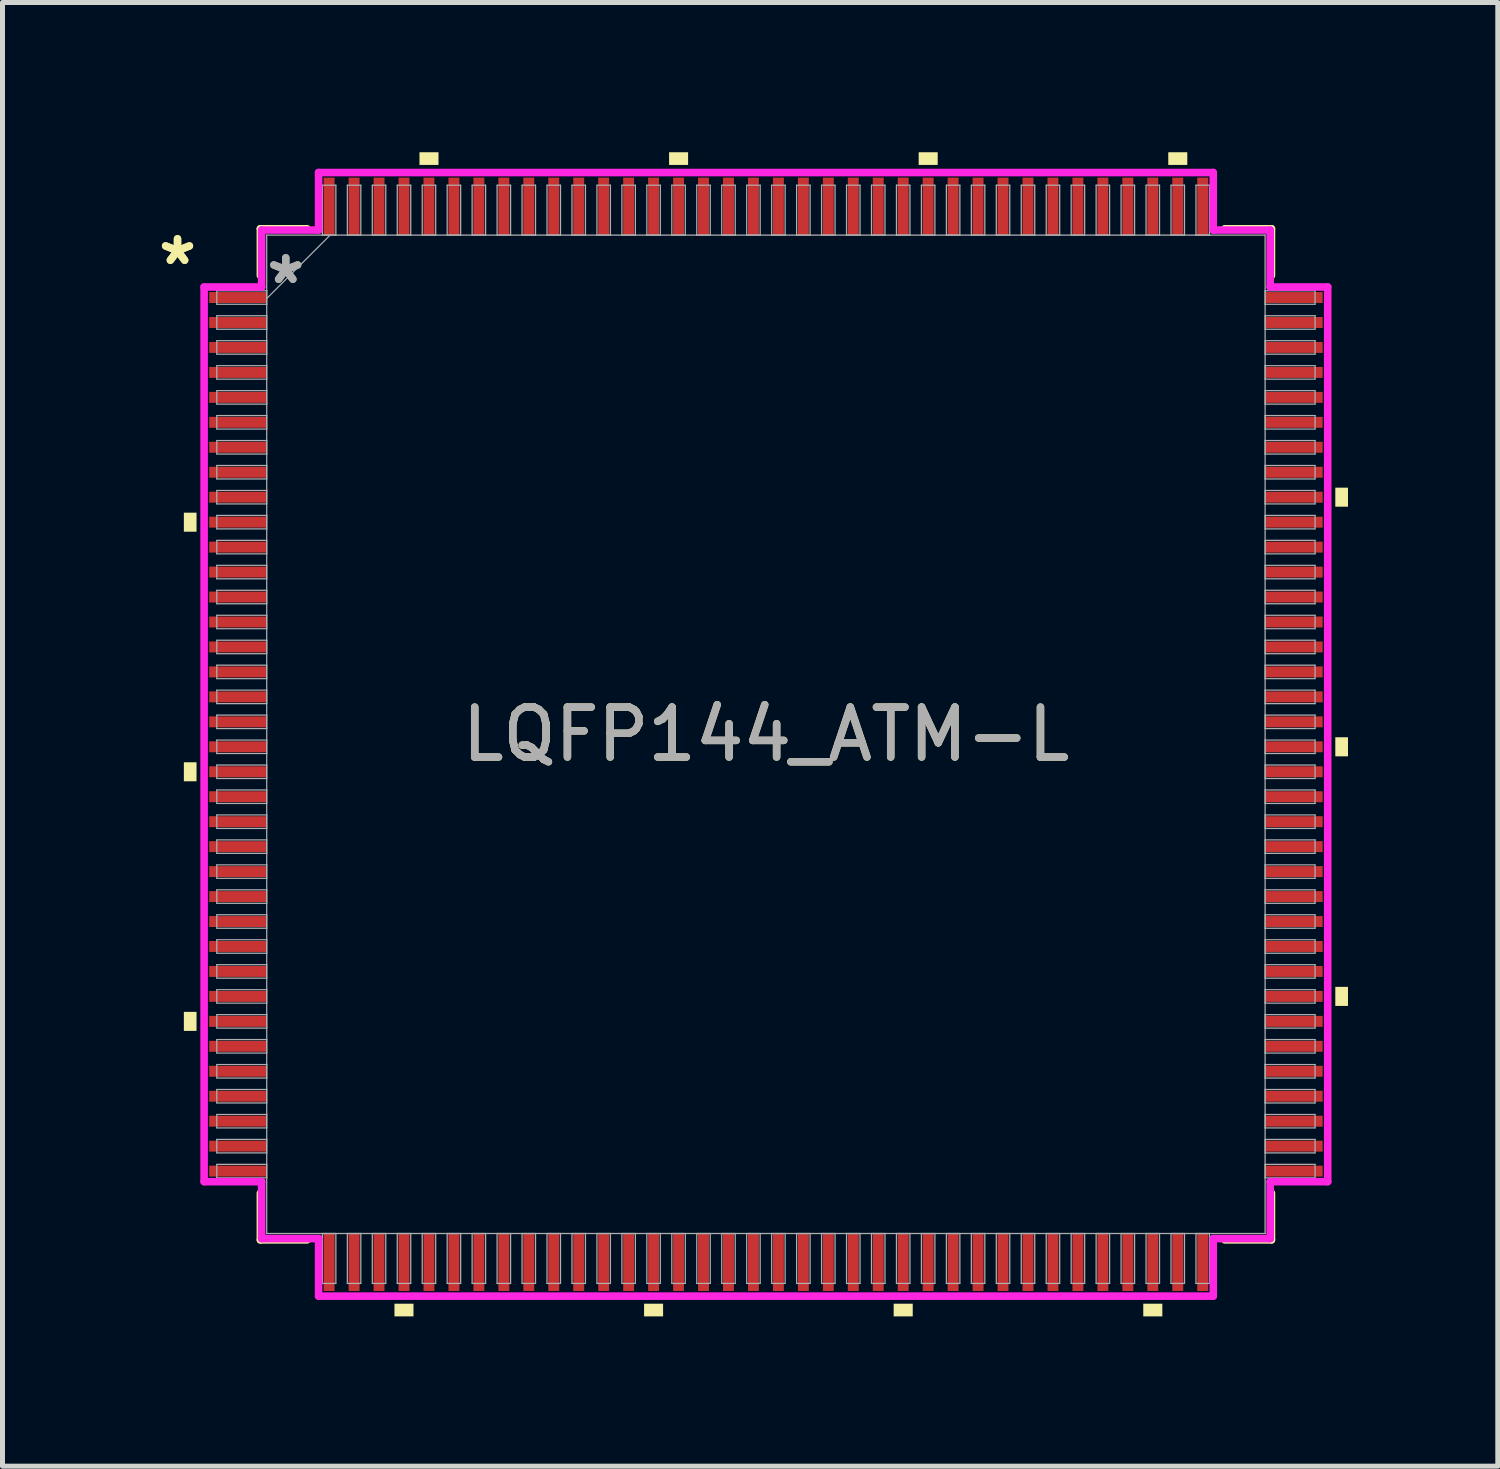
<source format=kicad_pcb>
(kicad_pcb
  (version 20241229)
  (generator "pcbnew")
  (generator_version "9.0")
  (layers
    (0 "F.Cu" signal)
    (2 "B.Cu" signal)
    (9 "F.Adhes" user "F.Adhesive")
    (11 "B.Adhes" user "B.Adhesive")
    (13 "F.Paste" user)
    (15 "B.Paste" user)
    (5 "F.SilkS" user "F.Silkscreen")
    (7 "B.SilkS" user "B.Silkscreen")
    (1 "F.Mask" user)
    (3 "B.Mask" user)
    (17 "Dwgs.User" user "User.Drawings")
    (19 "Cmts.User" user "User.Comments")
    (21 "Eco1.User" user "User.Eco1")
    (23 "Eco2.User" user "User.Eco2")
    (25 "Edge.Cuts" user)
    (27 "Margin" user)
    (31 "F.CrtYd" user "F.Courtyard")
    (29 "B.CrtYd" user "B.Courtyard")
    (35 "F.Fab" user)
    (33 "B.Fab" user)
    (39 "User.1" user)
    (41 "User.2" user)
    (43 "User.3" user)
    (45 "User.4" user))
  (footprint "LQFP144_ATM-L"
    (layer "F.Cu")
    (at 12.293 11.66)
    (property "Reference" "LQFP144_ATM-L" (at 0 0 0) (unlocked yes) (layer "F.SilkS") (effects (font (size 1 1) (thickness 0.15))))
    (attr smd)
    (fp_line (start -10.127 -10.127) (end -10.127 -9.192) (stroke (width 0.152) (type solid)) (layer "F.SilkS"))
    (fp_line (start -10.127 9.192) (end -10.127 10.127) (stroke (width 0.152) (type solid)) (layer "F.SilkS"))
    (fp_line (start -10.127 10.127) (end -9.192 10.127) (stroke (width 0.152) (type solid)) (layer "F.SilkS"))
    (fp_line (start -9.192 -10.127) (end -10.127 -10.127) (stroke (width 0.152) (type solid)) (layer "F.SilkS"))
    (fp_line (start 9.192 10.127) (end 10.127 10.127) (stroke (width 0.152) (type solid)) (layer "F.SilkS"))
    (fp_line (start 10.127 -10.127) (end 9.192 -10.127) (stroke (width 0.152) (type solid)) (layer "F.SilkS"))
    (fp_line (start 10.127 -9.192) (end 10.127 -10.127) (stroke (width 0.152) (type solid)) (layer "F.SilkS"))
    (fp_line (start 10.127 10.127) (end 10.127 9.192) (stroke (width 0.152) (type solid)) (layer "F.SilkS"))
    (fp_poly (pts (xy -11.66 -4.44) (xy -11.66 -4.059) (xy -11.406 -4.059) (xy -11.406 -4.44)) (stroke (width 0) (type solid)) (fill yes) (layer "F.SilkS"))
    (fp_poly (pts (xy -11.66 0.56) (xy -11.66 0.941) (xy -11.406 0.941) (xy -11.406 0.56)) (stroke (width 0) (type solid)) (fill yes) (layer "F.SilkS"))
    (fp_poly (pts (xy -11.66 5.56) (xy -11.66 5.941) (xy -11.406 5.941) (xy -11.406 5.56)) (stroke (width 0) (type solid)) (fill yes) (layer "F.SilkS"))
    (fp_poly (pts (xy -7.441 11.406) (xy -7.441 11.66) (xy -7.06 11.66) (xy -7.06 11.406)) (stroke (width 0) (type solid)) (fill yes) (layer "F.SilkS"))
    (fp_poly (pts (xy -6.94 -11.406) (xy -6.94 -11.66) (xy -6.559 -11.66) (xy -6.559 -11.406)) (stroke (width 0) (type solid)) (fill yes) (layer "F.SilkS"))
    (fp_poly (pts (xy -2.441 11.406) (xy -2.441 11.66) (xy -2.06 11.66) (xy -2.06 11.406)) (stroke (width 0) (type solid)) (fill yes) (layer "F.SilkS"))
    (fp_poly (pts (xy -1.94 -11.406) (xy -1.94 -11.66) (xy -1.559 -11.66) (xy -1.559 -11.406)) (stroke (width 0) (type solid)) (fill yes) (layer "F.SilkS"))
    (fp_poly (pts (xy 2.559 11.406) (xy 2.559 11.66) (xy 2.941 11.66) (xy 2.941 11.406)) (stroke (width 0) (type solid)) (fill yes) (layer "F.SilkS"))
    (fp_poly (pts (xy 3.06 -11.406) (xy 3.06 -11.66) (xy 3.441 -11.66) (xy 3.441 -11.406)) (stroke (width 0) (type solid)) (fill yes) (layer "F.SilkS"))
    (fp_poly (pts (xy 7.559 11.406) (xy 7.559 11.66) (xy 7.941 11.66) (xy 7.941 11.406)) (stroke (width 0) (type solid)) (fill yes) (layer "F.SilkS"))
    (fp_poly (pts (xy 8.06 -11.406) (xy 8.06 -11.66) (xy 8.441 -11.66) (xy 8.441 -11.406)) (stroke (width 0) (type solid)) (fill yes) (layer "F.SilkS"))
    (fp_poly (pts (xy 11.66 -4.941) (xy 11.66 -4.56) (xy 11.406 -4.56) (xy 11.406 -4.941)) (stroke (width 0) (type solid)) (fill yes) (layer "F.SilkS"))
    (fp_poly (pts (xy 11.66 0.059) (xy 11.66 0.441) (xy 11.406 0.441) (xy 11.406 0.059)) (stroke (width 0) (type solid)) (fill yes) (layer "F.SilkS"))
    (fp_poly (pts (xy 11.66 5.059) (xy 11.66 5.441) (xy 11.406 5.441) (xy 11.406 5.059)) (stroke (width 0) (type solid)) (fill yes) (layer "F.SilkS"))
    (fp_line (start -11.254 -8.961) (end -10.102 -8.961) (stroke (width 0.152) (type solid)) (layer "F.CrtYd"))
    (fp_line (start -11.254 8.961) (end -11.254 -8.961) (stroke (width 0.152) (type solid)) (layer "F.CrtYd"))
    (fp_line (start -10.102 -10.102) (end -8.961 -10.102) (stroke (width 0.152) (type solid)) (layer "F.CrtYd"))
    (fp_line (start -10.102 -8.961) (end -10.102 -10.102) (stroke (width 0.152) (type solid)) (layer "F.CrtYd"))
    (fp_line (start -10.102 8.961) (end -11.254 8.961) (stroke (width 0.152) (type solid)) (layer "F.CrtYd"))
    (fp_line (start -10.102 10.102) (end -10.102 8.961) (stroke (width 0.152) (type solid)) (layer "F.CrtYd"))
    (fp_line (start -10.102 10.102) (end -8.961 10.102) (stroke (width 0.152) (type solid)) (layer "F.CrtYd"))
    (fp_line (start -8.961 -11.254) (end 8.961 -11.254) (stroke (width 0.152) (type solid)) (layer "F.CrtYd"))
    (fp_line (start -8.961 -10.102) (end -8.961 -11.254) (stroke (width 0.152) (type solid)) (layer "F.CrtYd"))
    (fp_line (start -8.961 10.102) (end -8.961 11.254) (stroke (width 0.152) (type solid)) (layer "F.CrtYd"))
    (fp_line (start -8.961 11.254) (end 8.961 11.254) (stroke (width 0.152) (type solid)) (layer "F.CrtYd"))
    (fp_line (start 8.961 -11.254) (end 8.961 -10.102) (stroke (width 0.152) (type solid)) (layer "F.CrtYd"))
    (fp_line (start 8.961 -10.102) (end 10.102 -10.102) (stroke (width 0.152) (type solid)) (layer "F.CrtYd"))
    (fp_line (start 8.961 10.102) (end 10.102 10.102) (stroke (width 0.152) (type solid)) (layer "F.CrtYd"))
    (fp_line (start 8.961 11.254) (end 8.961 10.102) (stroke (width 0.152) (type solid)) (layer "F.CrtYd"))
    (fp_line (start 10.102 -8.961) (end 10.102 -10.102) (stroke (width 0.152) (type solid)) (layer "F.CrtYd"))
    (fp_line (start 10.102 8.961) (end 11.254 8.961) (stroke (width 0.152) (type solid)) (layer "F.CrtYd"))
    (fp_line (start 10.102 10.102) (end 10.102 8.961) (stroke (width 0.152) (type solid)) (layer "F.CrtYd"))
    (fp_line (start 11.254 -8.961) (end 10.102 -8.961) (stroke (width 0.152) (type solid)) (layer "F.CrtYd"))
    (fp_line (start 11.254 8.961) (end 11.254 -8.961) (stroke (width 0.152) (type solid)) (layer "F.CrtYd"))
    (fp_line (start -11 -8.885) (end -11 -8.615) (stroke (width 0.025) (type solid)) (layer "F.Fab"))
    (fp_line (start -11 -8.615) (end -10 -8.615) (stroke (width 0.025) (type solid)) (layer "F.Fab"))
    (fp_line (start -11 -8.385) (end -11 -8.115) (stroke (width 0.025) (type solid)) (layer "F.Fab"))
    (fp_line (start -11 -8.115) (end -10 -8.115) (stroke (width 0.025) (type solid)) (layer "F.Fab"))
    (fp_line (start -11 -7.885) (end -11 -7.615) (stroke (width 0.025) (type solid)) (layer "F.Fab"))
    (fp_line (start -11 -7.615) (end -10 -7.615) (stroke (width 0.025) (type solid)) (layer "F.Fab"))
    (fp_line (start -11 -7.385) (end -11 -7.115) (stroke (width 0.025) (type solid)) (layer "F.Fab"))
    (fp_line (start -11 -7.115) (end -10 -7.115) (stroke (width 0.025) (type solid)) (layer "F.Fab"))
    (fp_line (start -11 -6.885) (end -11 -6.615) (stroke (width 0.025) (type solid)) (layer "F.Fab"))
    (fp_line (start -11 -6.615) (end -10 -6.615) (stroke (width 0.025) (type solid)) (layer "F.Fab"))
    (fp_line (start -11 -6.385) (end -11 -6.115) (stroke (width 0.025) (type solid)) (layer "F.Fab"))
    (fp_line (start -11 -6.115) (end -10 -6.115) (stroke (width 0.025) (type solid)) (layer "F.Fab"))
    (fp_line (start -11 -5.885) (end -11 -5.615) (stroke (width 0.025) (type solid)) (layer "F.Fab"))
    (fp_line (start -11 -5.615) (end -10 -5.615) (stroke (width 0.025) (type solid)) (layer "F.Fab"))
    (fp_line (start -11 -5.385) (end -11 -5.115) (stroke (width 0.025) (type solid)) (layer "F.Fab"))
    (fp_line (start -11 -5.115) (end -10 -5.115) (stroke (width 0.025) (type solid)) (layer "F.Fab"))
    (fp_line (start -11 -4.885) (end -11 -4.615) (stroke (width 0.025) (type solid)) (layer "F.Fab"))
    (fp_line (start -11 -4.615) (end -10 -4.615) (stroke (width 0.025) (type solid)) (layer "F.Fab"))
    (fp_line (start -11 -4.385) (end -11 -4.115) (stroke (width 0.025) (type solid)) (layer "F.Fab"))
    (fp_line (start -11 -4.115) (end -10 -4.115) (stroke (width 0.025) (type solid)) (layer "F.Fab"))
    (fp_line (start -11 -3.885) (end -11 -3.615) (stroke (width 0.025) (type solid)) (layer "F.Fab"))
    (fp_line (start -11 -3.615) (end -10 -3.615) (stroke (width 0.025) (type solid)) (layer "F.Fab"))
    (fp_line (start -11 -3.385) (end -11 -3.115) (stroke (width 0.025) (type solid)) (layer "F.Fab"))
    (fp_line (start -11 -3.115) (end -10 -3.115) (stroke (width 0.025) (type solid)) (layer "F.Fab"))
    (fp_line (start -11 -2.885) (end -11 -2.615) (stroke (width 0.025) (type solid)) (layer "F.Fab"))
    (fp_line (start -11 -2.615) (end -10 -2.615) (stroke (width 0.025) (type solid)) (layer "F.Fab"))
    (fp_line (start -11 -2.385) (end -11 -2.115) (stroke (width 0.025) (type solid)) (layer "F.Fab"))
    (fp_line (start -11 -2.115) (end -10 -2.115) (stroke (width 0.025) (type solid)) (layer "F.Fab"))
    (fp_line (start -11 -1.885) (end -11 -1.615) (stroke (width 0.025) (type solid)) (layer "F.Fab"))
    (fp_line (start -11 -1.615) (end -10 -1.615) (stroke (width 0.025) (type solid)) (layer "F.Fab"))
    (fp_line (start -11 -1.385) (end -11 -1.115) (stroke (width 0.025) (type solid)) (layer "F.Fab"))
    (fp_line (start -11 -1.115) (end -10 -1.115) (stroke (width 0.025) (type solid)) (layer "F.Fab"))
    (fp_line (start -11 -0.885) (end -11 -0.615) (stroke (width 0.025) (type solid)) (layer "F.Fab"))
    (fp_line (start -11 -0.615) (end -10 -0.615) (stroke (width 0.025) (type solid)) (layer "F.Fab"))
    (fp_line (start -11 -0.385) (end -11 -0.115) (stroke (width 0.025) (type solid)) (layer "F.Fab"))
    (fp_line (start -11 -0.115) (end -10 -0.115) (stroke (width 0.025) (type solid)) (layer "F.Fab"))
    (fp_line (start -11 0.115) (end -11 0.385) (stroke (width 0.025) (type solid)) (layer "F.Fab"))
    (fp_line (start -11 0.385) (end -10 0.385) (stroke (width 0.025) (type solid)) (layer "F.Fab"))
    (fp_line (start -11 0.615) (end -11 0.885) (stroke (width 0.025) (type solid)) (layer "F.Fab"))
    (fp_line (start -11 0.885) (end -10 0.885) (stroke (width 0.025) (type solid)) (layer "F.Fab"))
    (fp_line (start -11 1.115) (end -11 1.385) (stroke (width 0.025) (type solid)) (layer "F.Fab"))
    (fp_line (start -11 1.385) (end -10 1.385) (stroke (width 0.025) (type solid)) (layer "F.Fab"))
    (fp_line (start -11 1.615) (end -11 1.885) (stroke (width 0.025) (type solid)) (layer "F.Fab"))
    (fp_line (start -11 1.885) (end -10 1.885) (stroke (width 0.025) (type solid)) (layer "F.Fab"))
    (fp_line (start -11 2.115) (end -11 2.385) (stroke (width 0.025) (type solid)) (layer "F.Fab"))
    (fp_line (start -11 2.385) (end -10 2.385) (stroke (width 0.025) (type solid)) (layer "F.Fab"))
    (fp_line (start -11 2.615) (end -11 2.885) (stroke (width 0.025) (type solid)) (layer "F.Fab"))
    (fp_line (start -11 2.885) (end -10 2.885) (stroke (width 0.025) (type solid)) (layer "F.Fab"))
    (fp_line (start -11 3.115) (end -11 3.385) (stroke (width 0.025) (type solid)) (layer "F.Fab"))
    (fp_line (start -11 3.385) (end -10 3.385) (stroke (width 0.025) (type solid)) (layer "F.Fab"))
    (fp_line (start -11 3.615) (end -11 3.885) (stroke (width 0.025) (type solid)) (layer "F.Fab"))
    (fp_line (start -11 3.885) (end -10 3.885) (stroke (width 0.025) (type solid)) (layer "F.Fab"))
    (fp_line (start -11 4.115) (end -11 4.385) (stroke (width 0.025) (type solid)) (layer "F.Fab"))
    (fp_line (start -11 4.385) (end -10 4.385) (stroke (width 0.025) (type solid)) (layer "F.Fab"))
    (fp_line (start -11 4.615) (end -11 4.885) (stroke (width 0.025) (type solid)) (layer "F.Fab"))
    (fp_line (start -11 4.885) (end -10 4.885) (stroke (width 0.025) (type solid)) (layer "F.Fab"))
    (fp_line (start -11 5.115) (end -11 5.385) (stroke (width 0.025) (type solid)) (layer "F.Fab"))
    (fp_line (start -11 5.385) (end -10 5.385) (stroke (width 0.025) (type solid)) (layer "F.Fab"))
    (fp_line (start -11 5.615) (end -11 5.885) (stroke (width 0.025) (type solid)) (layer "F.Fab"))
    (fp_line (start -11 5.885) (end -10 5.885) (stroke (width 0.025) (type solid)) (layer "F.Fab"))
    (fp_line (start -11 6.115) (end -11 6.385) (stroke (width 0.025) (type solid)) (layer "F.Fab"))
    (fp_line (start -11 6.385) (end -10 6.385) (stroke (width 0.025) (type solid)) (layer "F.Fab"))
    (fp_line (start -11 6.615) (end -11 6.885) (stroke (width 0.025) (type solid)) (layer "F.Fab"))
    (fp_line (start -11 6.885) (end -10 6.885) (stroke (width 0.025) (type solid)) (layer "F.Fab"))
    (fp_line (start -11 7.115) (end -11 7.385) (stroke (width 0.025) (type solid)) (layer "F.Fab"))
    (fp_line (start -11 7.385) (end -10 7.385) (stroke (width 0.025) (type solid)) (layer "F.Fab"))
    (fp_line (start -11 7.615) (end -11 7.885) (stroke (width 0.025) (type solid)) (layer "F.Fab"))
    (fp_line (start -11 7.885) (end -10 7.885) (stroke (width 0.025) (type solid)) (layer "F.Fab"))
    (fp_line (start -11 8.115) (end -11 8.385) (stroke (width 0.025) (type solid)) (layer "F.Fab"))
    (fp_line (start -11 8.385) (end -10 8.385) (stroke (width 0.025) (type solid)) (layer "F.Fab"))
    (fp_line (start -11 8.615) (end -11 8.885) (stroke (width 0.025) (type solid)) (layer "F.Fab"))
    (fp_line (start -11 8.885) (end -10 8.885) (stroke (width 0.025) (type solid)) (layer "F.Fab"))
    (fp_line (start -10 -10) (end -10 10) (stroke (width 0.025) (type solid)) (layer "F.Fab"))
    (fp_line (start -10 -8.885) (end -11 -8.885) (stroke (width 0.025) (type solid)) (layer "F.Fab"))
    (fp_line (start -10 -8.73) (end -8.73 -10) (stroke (width 0.025) (type solid)) (layer "F.Fab"))
    (fp_line (start -10 -8.615) (end -10 -8.885) (stroke (width 0.025) (type solid)) (layer "F.Fab"))
    (fp_line (start -10 -8.385) (end -11 -8.385) (stroke (width 0.025) (type solid)) (layer "F.Fab"))
    (fp_line (start -10 -8.115) (end -10 -8.385) (stroke (width 0.025) (type solid)) (layer "F.Fab"))
    (fp_line (start -10 -7.885) (end -11 -7.885) (stroke (width 0.025) (type solid)) (layer "F.Fab"))
    (fp_line (start -10 -7.615) (end -10 -7.885) (stroke (width 0.025) (type solid)) (layer "F.Fab"))
    (fp_line (start -10 -7.385) (end -11 -7.385) (stroke (width 0.025) (type solid)) (layer "F.Fab"))
    (fp_line (start -10 -7.115) (end -10 -7.385) (stroke (width 0.025) (type solid)) (layer "F.Fab"))
    (fp_line (start -10 -6.885) (end -11 -6.885) (stroke (width 0.025) (type solid)) (layer "F.Fab"))
    (fp_line (start -10 -6.615) (end -10 -6.885) (stroke (width 0.025) (type solid)) (layer "F.Fab"))
    (fp_line (start -10 -6.385) (end -11 -6.385) (stroke (width 0.025) (type solid)) (layer "F.Fab"))
    (fp_line (start -10 -6.115) (end -10 -6.385) (stroke (width 0.025) (type solid)) (layer "F.Fab"))
    (fp_line (start -10 -5.885) (end -11 -5.885) (stroke (width 0.025) (type solid)) (layer "F.Fab"))
    (fp_line (start -10 -5.615) (end -10 -5.885) (stroke (width 0.025) (type solid)) (layer "F.Fab"))
    (fp_line (start -10 -5.385) (end -11 -5.385) (stroke (width 0.025) (type solid)) (layer "F.Fab"))
    (fp_line (start -10 -5.115) (end -10 -5.385) (stroke (width 0.025) (type solid)) (layer "F.Fab"))
    (fp_line (start -10 -4.885) (end -11 -4.885) (stroke (width 0.025) (type solid)) (layer "F.Fab"))
    (fp_line (start -10 -4.615) (end -10 -4.885) (stroke (width 0.025) (type solid)) (layer "F.Fab"))
    (fp_line (start -10 -4.385) (end -11 -4.385) (stroke (width 0.025) (type solid)) (layer "F.Fab"))
    (fp_line (start -10 -4.115) (end -10 -4.385) (stroke (width 0.025) (type solid)) (layer "F.Fab"))
    (fp_line (start -10 -3.885) (end -11 -3.885) (stroke (width 0.025) (type solid)) (layer "F.Fab"))
    (fp_line (start -10 -3.615) (end -10 -3.885) (stroke (width 0.025) (type solid)) (layer "F.Fab"))
    (fp_line (start -10 -3.385) (end -11 -3.385) (stroke (width 0.025) (type solid)) (layer "F.Fab"))
    (fp_line (start -10 -3.115) (end -10 -3.385) (stroke (width 0.025) (type solid)) (layer "F.Fab"))
    (fp_line (start -10 -2.885) (end -11 -2.885) (stroke (width 0.025) (type solid)) (layer "F.Fab"))
    (fp_line (start -10 -2.615) (end -10 -2.885) (stroke (width 0.025) (type solid)) (layer "F.Fab"))
    (fp_line (start -10 -2.385) (end -11 -2.385) (stroke (width 0.025) (type solid)) (layer "F.Fab"))
    (fp_line (start -10 -2.115) (end -10 -2.385) (stroke (width 0.025) (type solid)) (layer "F.Fab"))
    (fp_line (start -10 -1.885) (end -11 -1.885) (stroke (width 0.025) (type solid)) (layer "F.Fab"))
    (fp_line (start -10 -1.615) (end -10 -1.885) (stroke (width 0.025) (type solid)) (layer "F.Fab"))
    (fp_line (start -10 -1.385) (end -11 -1.385) (stroke (width 0.025) (type solid)) (layer "F.Fab"))
    (fp_line (start -10 -1.115) (end -10 -1.385) (stroke (width 0.025) (type solid)) (layer "F.Fab"))
    (fp_line (start -10 -0.885) (end -11 -0.885) (stroke (width 0.025) (type solid)) (layer "F.Fab"))
    (fp_line (start -10 -0.615) (end -10 -0.885) (stroke (width 0.025) (type solid)) (layer "F.Fab"))
    (fp_line (start -10 -0.385) (end -11 -0.385) (stroke (width 0.025) (type solid)) (layer "F.Fab"))
    (fp_line (start -10 -0.115) (end -10 -0.385) (stroke (width 0.025) (type solid)) (layer "F.Fab"))
    (fp_line (start -10 0.115) (end -11 0.115) (stroke (width 0.025) (type solid)) (layer "F.Fab"))
    (fp_line (start -10 0.385) (end -10 0.115) (stroke (width 0.025) (type solid)) (layer "F.Fab"))
    (fp_line (start -10 0.615) (end -11 0.615) (stroke (width 0.025) (type solid)) (layer "F.Fab"))
    (fp_line (start -10 0.885) (end -10 0.615) (stroke (width 0.025) (type solid)) (layer "F.Fab"))
    (fp_line (start -10 1.115) (end -11 1.115) (stroke (width 0.025) (type solid)) (layer "F.Fab"))
    (fp_line (start -10 1.385) (end -10 1.115) (stroke (width 0.025) (type solid)) (layer "F.Fab"))
    (fp_line (start -10 1.615) (end -11 1.615) (stroke (width 0.025) (type solid)) (layer "F.Fab"))
    (fp_line (start -10 1.885) (end -10 1.615) (stroke (width 0.025) (type solid)) (layer "F.Fab"))
    (fp_line (start -10 2.115) (end -11 2.115) (stroke (width 0.025) (type solid)) (layer "F.Fab"))
    (fp_line (start -10 2.385) (end -10 2.115) (stroke (width 0.025) (type solid)) (layer "F.Fab"))
    (fp_line (start -10 2.615) (end -11 2.615) (stroke (width 0.025) (type solid)) (layer "F.Fab"))
    (fp_line (start -10 2.885) (end -10 2.615) (stroke (width 0.025) (type solid)) (layer "F.Fab"))
    (fp_line (start -10 3.115) (end -11 3.115) (stroke (width 0.025) (type solid)) (layer "F.Fab"))
    (fp_line (start -10 3.385) (end -10 3.115) (stroke (width 0.025) (type solid)) (layer "F.Fab"))
    (fp_line (start -10 3.615) (end -11 3.615) (stroke (width 0.025) (type solid)) (layer "F.Fab"))
    (fp_line (start -10 3.885) (end -10 3.615) (stroke (width 0.025) (type solid)) (layer "F.Fab"))
    (fp_line (start -10 4.115) (end -11 4.115) (stroke (width 0.025) (type solid)) (layer "F.Fab"))
    (fp_line (start -10 4.385) (end -10 4.115) (stroke (width 0.025) (type solid)) (layer "F.Fab"))
    (fp_line (start -10 4.615) (end -11 4.615) (stroke (width 0.025) (type solid)) (layer "F.Fab"))
    (fp_line (start -10 4.885) (end -10 4.615) (stroke (width 0.025) (type solid)) (layer "F.Fab"))
    (fp_line (start -10 5.115) (end -11 5.115) (stroke (width 0.025) (type solid)) (layer "F.Fab"))
    (fp_line (start -10 5.385) (end -10 5.115) (stroke (width 0.025) (type solid)) (layer "F.Fab"))
    (fp_line (start -10 5.615) (end -11 5.615) (stroke (width 0.025) (type solid)) (layer "F.Fab"))
    (fp_line (start -10 5.885) (end -10 5.615) (stroke (width 0.025) (type solid)) (layer "F.Fab"))
    (fp_line (start -10 6.115) (end -11 6.115) (stroke (width 0.025) (type solid)) (layer "F.Fab"))
    (fp_line (start -10 6.385) (end -10 6.115) (stroke (width 0.025) (type solid)) (layer "F.Fab"))
    (fp_line (start -10 6.615) (end -11 6.615) (stroke (width 0.025) (type solid)) (layer "F.Fab"))
    (fp_line (start -10 6.885) (end -10 6.615) (stroke (width 0.025) (type solid)) (layer "F.Fab"))
    (fp_line (start -10 7.115) (end -11 7.115) (stroke (width 0.025) (type solid)) (layer "F.Fab"))
    (fp_line (start -10 7.385) (end -10 7.115) (stroke (width 0.025) (type solid)) (layer "F.Fab"))
    (fp_line (start -10 7.615) (end -11 7.615) (stroke (width 0.025) (type solid)) (layer "F.Fab"))
    (fp_line (start -10 7.885) (end -10 7.615) (stroke (width 0.025) (type solid)) (layer "F.Fab"))
    (fp_line (start -10 8.115) (end -11 8.115) (stroke (width 0.025) (type solid)) (layer "F.Fab"))
    (fp_line (start -10 8.385) (end -10 8.115) (stroke (width 0.025) (type solid)) (layer "F.Fab"))
    (fp_line (start -10 8.615) (end -11 8.615) (stroke (width 0.025) (type solid)) (layer "F.Fab"))
    (fp_line (start -10 8.885) (end -10 8.615) (stroke (width 0.025) (type solid)) (layer "F.Fab"))
    (fp_line (start -10 10) (end 10 10) (stroke (width 0.025) (type solid)) (layer "F.Fab"))
    (fp_line (start -8.885 -11) (end -8.885 -10) (stroke (width 0.025) (type solid)) (layer "F.Fab"))
    (fp_line (start -8.885 -10) (end -8.615 -10) (stroke (width 0.025) (type solid)) (layer "F.Fab"))
    (fp_line (start -8.885 10) (end -8.885 11) (stroke (width 0.025) (type solid)) (layer "F.Fab"))
    (fp_line (start -8.885 11) (end -8.615 11) (stroke (width 0.025) (type solid)) (layer "F.Fab"))
    (fp_line (start -8.615 -11) (end -8.885 -11) (stroke (width 0.025) (type solid)) (layer "F.Fab"))
    (fp_line (start -8.615 -10) (end -8.615 -11) (stroke (width 0.025) (type solid)) (layer "F.Fab"))
    (fp_line (start -8.615 10) (end -8.885 10) (stroke (width 0.025) (type solid)) (layer "F.Fab"))
    (fp_line (start -8.615 11) (end -8.615 10) (stroke (width 0.025) (type solid)) (layer "F.Fab"))
    (fp_line (start -8.385 -11) (end -8.385 -10) (stroke (width 0.025) (type solid)) (layer "F.Fab"))
    (fp_line (start -8.385 -10) (end -8.115 -10) (stroke (width 0.025) (type solid)) (layer "F.Fab"))
    (fp_line (start -8.385 10) (end -8.385 11) (stroke (width 0.025) (type solid)) (layer "F.Fab"))
    (fp_line (start -8.385 11) (end -8.115 11) (stroke (width 0.025) (type solid)) (layer "F.Fab"))
    (fp_line (start -8.115 -11) (end -8.385 -11) (stroke (width 0.025) (type solid)) (layer "F.Fab"))
    (fp_line (start -8.115 -10) (end -8.115 -11) (stroke (width 0.025) (type solid)) (layer "F.Fab"))
    (fp_line (start -8.115 10) (end -8.385 10) (stroke (width 0.025) (type solid)) (layer "F.Fab"))
    (fp_line (start -8.115 11) (end -8.115 10) (stroke (width 0.025) (type solid)) (layer "F.Fab"))
    (fp_line (start -7.885 -11) (end -7.885 -10) (stroke (width 0.025) (type solid)) (layer "F.Fab"))
    (fp_line (start -7.885 -10) (end -7.615 -10) (stroke (width 0.025) (type solid)) (layer "F.Fab"))
    (fp_line (start -7.885 10) (end -7.885 11) (stroke (width 0.025) (type solid)) (layer "F.Fab"))
    (fp_line (start -7.885 11) (end -7.615 11) (stroke (width 0.025) (type solid)) (layer "F.Fab"))
    (fp_line (start -7.615 -11) (end -7.885 -11) (stroke (width 0.025) (type solid)) (layer "F.Fab"))
    (fp_line (start -7.615 -10) (end -7.615 -11) (stroke (width 0.025) (type solid)) (layer "F.Fab"))
    (fp_line (start -7.615 10) (end -7.885 10) (stroke (width 0.025) (type solid)) (layer "F.Fab"))
    (fp_line (start -7.615 11) (end -7.615 10) (stroke (width 0.025) (type solid)) (layer "F.Fab"))
    (fp_line (start -7.385 -11) (end -7.385 -10) (stroke (width 0.025) (type solid)) (layer "F.Fab"))
    (fp_line (start -7.385 -10) (end -7.115 -10) (stroke (width 0.025) (type solid)) (layer "F.Fab"))
    (fp_line (start -7.385 10) (end -7.385 11) (stroke (width 0.025) (type solid)) (layer "F.Fab"))
    (fp_line (start -7.385 11) (end -7.115 11) (stroke (width 0.025) (type solid)) (layer "F.Fab"))
    (fp_line (start -7.115 -11) (end -7.385 -11) (stroke (width 0.025) (type solid)) (layer "F.Fab"))
    (fp_line (start -7.115 -10) (end -7.115 -11) (stroke (width 0.025) (type solid)) (layer "F.Fab"))
    (fp_line (start -7.115 10) (end -7.385 10) (stroke (width 0.025) (type solid)) (layer "F.Fab"))
    (fp_line (start -7.115 11) (end -7.115 10) (stroke (width 0.025) (type solid)) (layer "F.Fab"))
    (fp_line (start -6.885 -11) (end -6.885 -10) (stroke (width 0.025) (type solid)) (layer "F.Fab"))
    (fp_line (start -6.885 -10) (end -6.615 -10) (stroke (width 0.025) (type solid)) (layer "F.Fab"))
    (fp_line (start -6.885 10) (end -6.885 11) (stroke (width 0.025) (type solid)) (layer "F.Fab"))
    (fp_line (start -6.885 11) (end -6.615 11) (stroke (width 0.025) (type solid)) (layer "F.Fab"))
    (fp_line (start -6.615 -11) (end -6.885 -11) (stroke (width 0.025) (type solid)) (layer "F.Fab"))
    (fp_line (start -6.615 -10) (end -6.615 -11) (stroke (width 0.025) (type solid)) (layer "F.Fab"))
    (fp_line (start -6.615 10) (end -6.885 10) (stroke (width 0.025) (type solid)) (layer "F.Fab"))
    (fp_line (start -6.615 11) (end -6.615 10) (stroke (width 0.025) (type solid)) (layer "F.Fab"))
    (fp_line (start -6.385 -11) (end -6.385 -10) (stroke (width 0.025) (type solid)) (layer "F.Fab"))
    (fp_line (start -6.385 -10) (end -6.115 -10) (stroke (width 0.025) (type solid)) (layer "F.Fab"))
    (fp_line (start -6.385 10) (end -6.385 11) (stroke (width 0.025) (type solid)) (layer "F.Fab"))
    (fp_line (start -6.385 11) (end -6.115 11) (stroke (width 0.025) (type solid)) (layer "F.Fab"))
    (fp_line (start -6.115 -11) (end -6.385 -11) (stroke (width 0.025) (type solid)) (layer "F.Fab"))
    (fp_line (start -6.115 -10) (end -6.115 -11) (stroke (width 0.025) (type solid)) (layer "F.Fab"))
    (fp_line (start -6.115 10) (end -6.385 10) (stroke (width 0.025) (type solid)) (layer "F.Fab"))
    (fp_line (start -6.115 11) (end -6.115 10) (stroke (width 0.025) (type solid)) (layer "F.Fab"))
    (fp_line (start -5.885 -11) (end -5.885 -10) (stroke (width 0.025) (type solid)) (layer "F.Fab"))
    (fp_line (start -5.885 -10) (end -5.615 -10) (stroke (width 0.025) (type solid)) (layer "F.Fab"))
    (fp_line (start -5.885 10) (end -5.885 11) (stroke (width 0.025) (type solid)) (layer "F.Fab"))
    (fp_line (start -5.885 11) (end -5.615 11) (stroke (width 0.025) (type solid)) (layer "F.Fab"))
    (fp_line (start -5.615 -11) (end -5.885 -11) (stroke (width 0.025) (type solid)) (layer "F.Fab"))
    (fp_line (start -5.615 -10) (end -5.615 -11) (stroke (width 0.025) (type solid)) (layer "F.Fab"))
    (fp_line (start -5.615 10) (end -5.885 10) (stroke (width 0.025) (type solid)) (layer "F.Fab"))
    (fp_line (start -5.615 11) (end -5.615 10) (stroke (width 0.025) (type solid)) (layer "F.Fab"))
    (fp_line (start -5.385 -11) (end -5.385 -10) (stroke (width 0.025) (type solid)) (layer "F.Fab"))
    (fp_line (start -5.385 -10) (end -5.115 -10) (stroke (width 0.025) (type solid)) (layer "F.Fab"))
    (fp_line (start -5.385 10) (end -5.385 11) (stroke (width 0.025) (type solid)) (layer "F.Fab"))
    (fp_line (start -5.385 11) (end -5.115 11) (stroke (width 0.025) (type solid)) (layer "F.Fab"))
    (fp_line (start -5.115 -11) (end -5.385 -11) (stroke (width 0.025) (type solid)) (layer "F.Fab"))
    (fp_line (start -5.115 -10) (end -5.115 -11) (stroke (width 0.025) (type solid)) (layer "F.Fab"))
    (fp_line (start -5.115 10) (end -5.385 10) (stroke (width 0.025) (type solid)) (layer "F.Fab"))
    (fp_line (start -5.115 11) (end -5.115 10) (stroke (width 0.025) (type solid)) (layer "F.Fab"))
    (fp_line (start -4.885 -11) (end -4.885 -10) (stroke (width 0.025) (type solid)) (layer "F.Fab"))
    (fp_line (start -4.885 -10) (end -4.615 -10) (stroke (width 0.025) (type solid)) (layer "F.Fab"))
    (fp_line (start -4.885 10) (end -4.885 11) (stroke (width 0.025) (type solid)) (layer "F.Fab"))
    (fp_line (start -4.885 11) (end -4.615 11) (stroke (width 0.025) (type solid)) (layer "F.Fab"))
    (fp_line (start -4.615 -11) (end -4.885 -11) (stroke (width 0.025) (type solid)) (layer "F.Fab"))
    (fp_line (start -4.615 -10) (end -4.615 -11) (stroke (width 0.025) (type solid)) (layer "F.Fab"))
    (fp_line (start -4.615 10) (end -4.885 10) (stroke (width 0.025) (type solid)) (layer "F.Fab"))
    (fp_line (start -4.615 11) (end -4.615 10) (stroke (width 0.025) (type solid)) (layer "F.Fab"))
    (fp_line (start -4.385 -11) (end -4.385 -10) (stroke (width 0.025) (type solid)) (layer "F.Fab"))
    (fp_line (start -4.385 -10) (end -4.115 -10) (stroke (width 0.025) (type solid)) (layer "F.Fab"))
    (fp_line (start -4.385 10) (end -4.385 11) (stroke (width 0.025) (type solid)) (layer "F.Fab"))
    (fp_line (start -4.385 11) (end -4.115 11) (stroke (width 0.025) (type solid)) (layer "F.Fab"))
    (fp_line (start -4.115 -11) (end -4.385 -11) (stroke (width 0.025) (type solid)) (layer "F.Fab"))
    (fp_line (start -4.115 -10) (end -4.115 -11) (stroke (width 0.025) (type solid)) (layer "F.Fab"))
    (fp_line (start -4.115 10) (end -4.385 10) (stroke (width 0.025) (type solid)) (layer "F.Fab"))
    (fp_line (start -4.115 11) (end -4.115 10) (stroke (width 0.025) (type solid)) (layer "F.Fab"))
    (fp_line (start -3.885 -11) (end -3.885 -10) (stroke (width 0.025) (type solid)) (layer "F.Fab"))
    (fp_line (start -3.885 -10) (end -3.615 -10) (stroke (width 0.025) (type solid)) (layer "F.Fab"))
    (fp_line (start -3.885 10) (end -3.885 11) (stroke (width 0.025) (type solid)) (layer "F.Fab"))
    (fp_line (start -3.885 11) (end -3.615 11) (stroke (width 0.025) (type solid)) (layer "F.Fab"))
    (fp_line (start -3.615 -11) (end -3.885 -11) (stroke (width 0.025) (type solid)) (layer "F.Fab"))
    (fp_line (start -3.615 -10) (end -3.615 -11) (stroke (width 0.025) (type solid)) (layer "F.Fab"))
    (fp_line (start -3.615 10) (end -3.885 10) (stroke (width 0.025) (type solid)) (layer "F.Fab"))
    (fp_line (start -3.615 11) (end -3.615 10) (stroke (width 0.025) (type solid)) (layer "F.Fab"))
    (fp_line (start -3.385 -11) (end -3.385 -10) (stroke (width 0.025) (type solid)) (layer "F.Fab"))
    (fp_line (start -3.385 -10) (end -3.115 -10) (stroke (width 0.025) (type solid)) (layer "F.Fab"))
    (fp_line (start -3.385 10) (end -3.385 11) (stroke (width 0.025) (type solid)) (layer "F.Fab"))
    (fp_line (start -3.385 11) (end -3.115 11) (stroke (width 0.025) (type solid)) (layer "F.Fab"))
    (fp_line (start -3.115 -11) (end -3.385 -11) (stroke (width 0.025) (type solid)) (layer "F.Fab"))
    (fp_line (start -3.115 -10) (end -3.115 -11) (stroke (width 0.025) (type solid)) (layer "F.Fab"))
    (fp_line (start -3.115 10) (end -3.385 10) (stroke (width 0.025) (type solid)) (layer "F.Fab"))
    (fp_line (start -3.115 11) (end -3.115 10) (stroke (width 0.025) (type solid)) (layer "F.Fab"))
    (fp_line (start -2.885 -11) (end -2.885 -10) (stroke (width 0.025) (type solid)) (layer "F.Fab"))
    (fp_line (start -2.885 -10) (end -2.615 -10) (stroke (width 0.025) (type solid)) (layer "F.Fab"))
    (fp_line (start -2.885 10) (end -2.885 11) (stroke (width 0.025) (type solid)) (layer "F.Fab"))
    (fp_line (start -2.885 11) (end -2.615 11) (stroke (width 0.025) (type solid)) (layer "F.Fab"))
    (fp_line (start -2.615 -11) (end -2.885 -11) (stroke (width 0.025) (type solid)) (layer "F.Fab"))
    (fp_line (start -2.615 -10) (end -2.615 -11) (stroke (width 0.025) (type solid)) (layer "F.Fab"))
    (fp_line (start -2.615 10) (end -2.885 10) (stroke (width 0.025) (type solid)) (layer "F.Fab"))
    (fp_line (start -2.615 11) (end -2.615 10) (stroke (width 0.025) (type solid)) (layer "F.Fab"))
    (fp_line (start -2.385 -11) (end -2.385 -10) (stroke (width 0.025) (type solid)) (layer "F.Fab"))
    (fp_line (start -2.385 -10) (end -2.115 -10) (stroke (width 0.025) (type solid)) (layer "F.Fab"))
    (fp_line (start -2.385 10) (end -2.385 11) (stroke (width 0.025) (type solid)) (layer "F.Fab"))
    (fp_line (start -2.385 11) (end -2.115 11) (stroke (width 0.025) (type solid)) (layer "F.Fab"))
    (fp_line (start -2.115 -11) (end -2.385 -11) (stroke (width 0.025) (type solid)) (layer "F.Fab"))
    (fp_line (start -2.115 -10) (end -2.115 -11) (stroke (width 0.025) (type solid)) (layer "F.Fab"))
    (fp_line (start -2.115 10) (end -2.385 10) (stroke (width 0.025) (type solid)) (layer "F.Fab"))
    (fp_line (start -2.115 11) (end -2.115 10) (stroke (width 0.025) (type solid)) (layer "F.Fab"))
    (fp_line (start -1.885 -11) (end -1.885 -10) (stroke (width 0.025) (type solid)) (layer "F.Fab"))
    (fp_line (start -1.885 -10) (end -1.615 -10) (stroke (width 0.025) (type solid)) (layer "F.Fab"))
    (fp_line (start -1.885 10) (end -1.885 11) (stroke (width 0.025) (type solid)) (layer "F.Fab"))
    (fp_line (start -1.885 11) (end -1.615 11) (stroke (width 0.025) (type solid)) (layer "F.Fab"))
    (fp_line (start -1.615 -11) (end -1.885 -11) (stroke (width 0.025) (type solid)) (layer "F.Fab"))
    (fp_line (start -1.615 -10) (end -1.615 -11) (stroke (width 0.025) (type solid)) (layer "F.Fab"))
    (fp_line (start -1.615 10) (end -1.885 10) (stroke (width 0.025) (type solid)) (layer "F.Fab"))
    (fp_line (start -1.615 11) (end -1.615 10) (stroke (width 0.025) (type solid)) (layer "F.Fab"))
    (fp_line (start -1.385 -11) (end -1.385 -10) (stroke (width 0.025) (type solid)) (layer "F.Fab"))
    (fp_line (start -1.385 -10) (end -1.115 -10) (stroke (width 0.025) (type solid)) (layer "F.Fab"))
    (fp_line (start -1.385 10) (end -1.385 11) (stroke (width 0.025) (type solid)) (layer "F.Fab"))
    (fp_line (start -1.385 11) (end -1.115 11) (stroke (width 0.025) (type solid)) (layer "F.Fab"))
    (fp_line (start -1.115 -11) (end -1.385 -11) (stroke (width 0.025) (type solid)) (layer "F.Fab"))
    (fp_line (start -1.115 -10) (end -1.115 -11) (stroke (width 0.025) (type solid)) (layer "F.Fab"))
    (fp_line (start -1.115 10) (end -1.385 10) (stroke (width 0.025) (type solid)) (layer "F.Fab"))
    (fp_line (start -1.115 11) (end -1.115 10) (stroke (width 0.025) (type solid)) (layer "F.Fab"))
    (fp_line (start -0.885 -11) (end -0.885 -10) (stroke (width 0.025) (type solid)) (layer "F.Fab"))
    (fp_line (start -0.885 -10) (end -0.615 -10) (stroke (width 0.025) (type solid)) (layer "F.Fab"))
    (fp_line (start -0.885 10) (end -0.885 11) (stroke (width 0.025) (type solid)) (layer "F.Fab"))
    (fp_line (start -0.885 11) (end -0.615 11) (stroke (width 0.025) (type solid)) (layer "F.Fab"))
    (fp_line (start -0.615 -11) (end -0.885 -11) (stroke (width 0.025) (type solid)) (layer "F.Fab"))
    (fp_line (start -0.615 -10) (end -0.615 -11) (stroke (width 0.025) (type solid)) (layer "F.Fab"))
    (fp_line (start -0.615 10) (end -0.885 10) (stroke (width 0.025) (type solid)) (layer "F.Fab"))
    (fp_line (start -0.615 11) (end -0.615 10) (stroke (width 0.025) (type solid)) (layer "F.Fab"))
    (fp_line (start -0.385 -11) (end -0.385 -10) (stroke (width 0.025) (type solid)) (layer "F.Fab"))
    (fp_line (start -0.385 -10) (end -0.115 -10) (stroke (width 0.025) (type solid)) (layer "F.Fab"))
    (fp_line (start -0.385 10) (end -0.385 11) (stroke (width 0.025) (type solid)) (layer "F.Fab"))
    (fp_line (start -0.385 11) (end -0.115 11) (stroke (width 0.025) (type solid)) (layer "F.Fab"))
    (fp_line (start -0.115 -11) (end -0.385 -11) (stroke (width 0.025) (type solid)) (layer "F.Fab"))
    (fp_line (start -0.115 -10) (end -0.115 -11) (stroke (width 0.025) (type solid)) (layer "F.Fab"))
    (fp_line (start -0.115 10) (end -0.385 10) (stroke (width 0.025) (type solid)) (layer "F.Fab"))
    (fp_line (start -0.115 11) (end -0.115 10) (stroke (width 0.025) (type solid)) (layer "F.Fab"))
    (fp_line (start 0.115 -11) (end 0.115 -10) (stroke (width 0.025) (type solid)) (layer "F.Fab"))
    (fp_line (start 0.115 -10) (end 0.385 -10) (stroke (width 0.025) (type solid)) (layer "F.Fab"))
    (fp_line (start 0.115 10) (end 0.115 11) (stroke (width 0.025) (type solid)) (layer "F.Fab"))
    (fp_line (start 0.115 11) (end 0.385 11) (stroke (width 0.025) (type solid)) (layer "F.Fab"))
    (fp_line (start 0.385 -11) (end 0.115 -11) (stroke (width 0.025) (type solid)) (layer "F.Fab"))
    (fp_line (start 0.385 -10) (end 0.385 -11) (stroke (width 0.025) (type solid)) (layer "F.Fab"))
    (fp_line (start 0.385 10) (end 0.115 10) (stroke (width 0.025) (type solid)) (layer "F.Fab"))
    (fp_line (start 0.385 11) (end 0.385 10) (stroke (width 0.025) (type solid)) (layer "F.Fab"))
    (fp_line (start 0.615 -11) (end 0.615 -10) (stroke (width 0.025) (type solid)) (layer "F.Fab"))
    (fp_line (start 0.615 -10) (end 0.885 -10) (stroke (width 0.025) (type solid)) (layer "F.Fab"))
    (fp_line (start 0.615 10) (end 0.615 11) (stroke (width 0.025) (type solid)) (layer "F.Fab"))
    (fp_line (start 0.615 11) (end 0.885 11) (stroke (width 0.025) (type solid)) (layer "F.Fab"))
    (fp_line (start 0.885 -11) (end 0.615 -11) (stroke (width 0.025) (type solid)) (layer "F.Fab"))
    (fp_line (start 0.885 -10) (end 0.885 -11) (stroke (width 0.025) (type solid)) (layer "F.Fab"))
    (fp_line (start 0.885 10) (end 0.615 10) (stroke (width 0.025) (type solid)) (layer "F.Fab"))
    (fp_line (start 0.885 11) (end 0.885 10) (stroke (width 0.025) (type solid)) (layer "F.Fab"))
    (fp_line (start 1.115 -11) (end 1.115 -10) (stroke (width 0.025) (type solid)) (layer "F.Fab"))
    (fp_line (start 1.115 -10) (end 1.385 -10) (stroke (width 0.025) (type solid)) (layer "F.Fab"))
    (fp_line (start 1.115 10) (end 1.115 11) (stroke (width 0.025) (type solid)) (layer "F.Fab"))
    (fp_line (start 1.115 11) (end 1.385 11) (stroke (width 0.025) (type solid)) (layer "F.Fab"))
    (fp_line (start 1.385 -11) (end 1.115 -11) (stroke (width 0.025) (type solid)) (layer "F.Fab"))
    (fp_line (start 1.385 -10) (end 1.385 -11) (stroke (width 0.025) (type solid)) (layer "F.Fab"))
    (fp_line (start 1.385 10) (end 1.115 10) (stroke (width 0.025) (type solid)) (layer "F.Fab"))
    (fp_line (start 1.385 11) (end 1.385 10) (stroke (width 0.025) (type solid)) (layer "F.Fab"))
    (fp_line (start 1.615 -11) (end 1.615 -10) (stroke (width 0.025) (type solid)) (layer "F.Fab"))
    (fp_line (start 1.615 -10) (end 1.885 -10) (stroke (width 0.025) (type solid)) (layer "F.Fab"))
    (fp_line (start 1.615 10) (end 1.615 11) (stroke (width 0.025) (type solid)) (layer "F.Fab"))
    (fp_line (start 1.615 11) (end 1.885 11) (stroke (width 0.025) (type solid)) (layer "F.Fab"))
    (fp_line (start 1.885 -11) (end 1.615 -11) (stroke (width 0.025) (type solid)) (layer "F.Fab"))
    (fp_line (start 1.885 -10) (end 1.885 -11) (stroke (width 0.025) (type solid)) (layer "F.Fab"))
    (fp_line (start 1.885 10) (end 1.615 10) (stroke (width 0.025) (type solid)) (layer "F.Fab"))
    (fp_line (start 1.885 11) (end 1.885 10) (stroke (width 0.025) (type solid)) (layer "F.Fab"))
    (fp_line (start 2.115 -11) (end 2.115 -10) (stroke (width 0.025) (type solid)) (layer "F.Fab"))
    (fp_line (start 2.115 -10) (end 2.385 -10) (stroke (width 0.025) (type solid)) (layer "F.Fab"))
    (fp_line (start 2.115 10) (end 2.115 11) (stroke (width 0.025) (type solid)) (layer "F.Fab"))
    (fp_line (start 2.115 11) (end 2.385 11) (stroke (width 0.025) (type solid)) (layer "F.Fab"))
    (fp_line (start 2.385 -11) (end 2.115 -11) (stroke (width 0.025) (type solid)) (layer "F.Fab"))
    (fp_line (start 2.385 -10) (end 2.385 -11) (stroke (width 0.025) (type solid)) (layer "F.Fab"))
    (fp_line (start 2.385 10) (end 2.115 10) (stroke (width 0.025) (type solid)) (layer "F.Fab"))
    (fp_line (start 2.385 11) (end 2.385 10) (stroke (width 0.025) (type solid)) (layer "F.Fab"))
    (fp_line (start 2.615 -11) (end 2.615 -10) (stroke (width 0.025) (type solid)) (layer "F.Fab"))
    (fp_line (start 2.615 -10) (end 2.885 -10) (stroke (width 0.025) (type solid)) (layer "F.Fab"))
    (fp_line (start 2.615 10) (end 2.615 11) (stroke (width 0.025) (type solid)) (layer "F.Fab"))
    (fp_line (start 2.615 11) (end 2.885 11) (stroke (width 0.025) (type solid)) (layer "F.Fab"))
    (fp_line (start 2.885 -11) (end 2.615 -11) (stroke (width 0.025) (type solid)) (layer "F.Fab"))
    (fp_line (start 2.885 -10) (end 2.885 -11) (stroke (width 0.025) (type solid)) (layer "F.Fab"))
    (fp_line (start 2.885 10) (end 2.615 10) (stroke (width 0.025) (type solid)) (layer "F.Fab"))
    (fp_line (start 2.885 11) (end 2.885 10) (stroke (width 0.025) (type solid)) (layer "F.Fab"))
    (fp_line (start 3.115 -11) (end 3.115 -10) (stroke (width 0.025) (type solid)) (layer "F.Fab"))
    (fp_line (start 3.115 -10) (end 3.385 -10) (stroke (width 0.025) (type solid)) (layer "F.Fab"))
    (fp_line (start 3.115 10) (end 3.115 11) (stroke (width 0.025) (type solid)) (layer "F.Fab"))
    (fp_line (start 3.115 11) (end 3.385 11) (stroke (width 0.025) (type solid)) (layer "F.Fab"))
    (fp_line (start 3.385 -11) (end 3.115 -11) (stroke (width 0.025) (type solid)) (layer "F.Fab"))
    (fp_line (start 3.385 -10) (end 3.385 -11) (stroke (width 0.025) (type solid)) (layer "F.Fab"))
    (fp_line (start 3.385 10) (end 3.115 10) (stroke (width 0.025) (type solid)) (layer "F.Fab"))
    (fp_line (start 3.385 11) (end 3.385 10) (stroke (width 0.025) (type solid)) (layer "F.Fab"))
    (fp_line (start 3.615 -11) (end 3.615 -10) (stroke (width 0.025) (type solid)) (layer "F.Fab"))
    (fp_line (start 3.615 -10) (end 3.885 -10) (stroke (width 0.025) (type solid)) (layer "F.Fab"))
    (fp_line (start 3.615 10) (end 3.615 11) (stroke (width 0.025) (type solid)) (layer "F.Fab"))
    (fp_line (start 3.615 11) (end 3.885 11) (stroke (width 0.025) (type solid)) (layer "F.Fab"))
    (fp_line (start 3.885 -11) (end 3.615 -11) (stroke (width 0.025) (type solid)) (layer "F.Fab"))
    (fp_line (start 3.885 -10) (end 3.885 -11) (stroke (width 0.025) (type solid)) (layer "F.Fab"))
    (fp_line (start 3.885 10) (end 3.615 10) (stroke (width 0.025) (type solid)) (layer "F.Fab"))
    (fp_line (start 3.885 11) (end 3.885 10) (stroke (width 0.025) (type solid)) (layer "F.Fab"))
    (fp_line (start 4.115 -11) (end 4.115 -10) (stroke (width 0.025) (type solid)) (layer "F.Fab"))
    (fp_line (start 4.115 -10) (end 4.385 -10) (stroke (width 0.025) (type solid)) (layer "F.Fab"))
    (fp_line (start 4.115 10) (end 4.115 11) (stroke (width 0.025) (type solid)) (layer "F.Fab"))
    (fp_line (start 4.115 11) (end 4.385 11) (stroke (width 0.025) (type solid)) (layer "F.Fab"))
    (fp_line (start 4.385 -11) (end 4.115 -11) (stroke (width 0.025) (type solid)) (layer "F.Fab"))
    (fp_line (start 4.385 -10) (end 4.385 -11) (stroke (width 0.025) (type solid)) (layer "F.Fab"))
    (fp_line (start 4.385 10) (end 4.115 10) (stroke (width 0.025) (type solid)) (layer "F.Fab"))
    (fp_line (start 4.385 11) (end 4.385 10) (stroke (width 0.025) (type solid)) (layer "F.Fab"))
    (fp_line (start 4.615 -11) (end 4.615 -10) (stroke (width 0.025) (type solid)) (layer "F.Fab"))
    (fp_line (start 4.615 -10) (end 4.885 -10) (stroke (width 0.025) (type solid)) (layer "F.Fab"))
    (fp_line (start 4.615 10) (end 4.615 11) (stroke (width 0.025) (type solid)) (layer "F.Fab"))
    (fp_line (start 4.615 11) (end 4.885 11) (stroke (width 0.025) (type solid)) (layer "F.Fab"))
    (fp_line (start 4.885 -11) (end 4.615 -11) (stroke (width 0.025) (type solid)) (layer "F.Fab"))
    (fp_line (start 4.885 -10) (end 4.885 -11) (stroke (width 0.025) (type solid)) (layer "F.Fab"))
    (fp_line (start 4.885 10) (end 4.615 10) (stroke (width 0.025) (type solid)) (layer "F.Fab"))
    (fp_line (start 4.885 11) (end 4.885 10) (stroke (width 0.025) (type solid)) (layer "F.Fab"))
    (fp_line (start 5.115 -11) (end 5.115 -10) (stroke (width 0.025) (type solid)) (layer "F.Fab"))
    (fp_line (start 5.115 -10) (end 5.385 -10) (stroke (width 0.025) (type solid)) (layer "F.Fab"))
    (fp_line (start 5.115 10) (end 5.115 11) (stroke (width 0.025) (type solid)) (layer "F.Fab"))
    (fp_line (start 5.115 11) (end 5.385 11) (stroke (width 0.025) (type solid)) (layer "F.Fab"))
    (fp_line (start 5.385 -11) (end 5.115 -11) (stroke (width 0.025) (type solid)) (layer "F.Fab"))
    (fp_line (start 5.385 -10) (end 5.385 -11) (stroke (width 0.025) (type solid)) (layer "F.Fab"))
    (fp_line (start 5.385 10) (end 5.115 10) (stroke (width 0.025) (type solid)) (layer "F.Fab"))
    (fp_line (start 5.385 11) (end 5.385 10) (stroke (width 0.025) (type solid)) (layer "F.Fab"))
    (fp_line (start 5.615 -11) (end 5.615 -10) (stroke (width 0.025) (type solid)) (layer "F.Fab"))
    (fp_line (start 5.615 -10) (end 5.885 -10) (stroke (width 0.025) (type solid)) (layer "F.Fab"))
    (fp_line (start 5.615 10) (end 5.615 11) (stroke (width 0.025) (type solid)) (layer "F.Fab"))
    (fp_line (start 5.615 11) (end 5.885 11) (stroke (width 0.025) (type solid)) (layer "F.Fab"))
    (fp_line (start 5.885 -11) (end 5.615 -11) (stroke (width 0.025) (type solid)) (layer "F.Fab"))
    (fp_line (start 5.885 -10) (end 5.885 -11) (stroke (width 0.025) (type solid)) (layer "F.Fab"))
    (fp_line (start 5.885 10) (end 5.615 10) (stroke (width 0.025) (type solid)) (layer "F.Fab"))
    (fp_line (start 5.885 11) (end 5.885 10) (stroke (width 0.025) (type solid)) (layer "F.Fab"))
    (fp_line (start 6.115 -11) (end 6.115 -10) (stroke (width 0.025) (type solid)) (layer "F.Fab"))
    (fp_line (start 6.115 -10) (end 6.385 -10) (stroke (width 0.025) (type solid)) (layer "F.Fab"))
    (fp_line (start 6.115 10) (end 6.115 11) (stroke (width 0.025) (type solid)) (layer "F.Fab"))
    (fp_line (start 6.115 11) (end 6.385 11) (stroke (width 0.025) (type solid)) (layer "F.Fab"))
    (fp_line (start 6.385 -11) (end 6.115 -11) (stroke (width 0.025) (type solid)) (layer "F.Fab"))
    (fp_line (start 6.385 -10) (end 6.385 -11) (stroke (width 0.025) (type solid)) (layer "F.Fab"))
    (fp_line (start 6.385 10) (end 6.115 10) (stroke (width 0.025) (type solid)) (layer "F.Fab"))
    (fp_line (start 6.385 11) (end 6.385 10) (stroke (width 0.025) (type solid)) (layer "F.Fab"))
    (fp_line (start 6.615 -11) (end 6.615 -10) (stroke (width 0.025) (type solid)) (layer "F.Fab"))
    (fp_line (start 6.615 -10) (end 6.885 -10) (stroke (width 0.025) (type solid)) (layer "F.Fab"))
    (fp_line (start 6.615 10) (end 6.615 11) (stroke (width 0.025) (type solid)) (layer "F.Fab"))
    (fp_line (start 6.615 11) (end 6.885 11) (stroke (width 0.025) (type solid)) (layer "F.Fab"))
    (fp_line (start 6.885 -11) (end 6.615 -11) (stroke (width 0.025) (type solid)) (layer "F.Fab"))
    (fp_line (start 6.885 -10) (end 6.885 -11) (stroke (width 0.025) (type solid)) (layer "F.Fab"))
    (fp_line (start 6.885 10) (end 6.615 10) (stroke (width 0.025) (type solid)) (layer "F.Fab"))
    (fp_line (start 6.885 11) (end 6.885 10) (stroke (width 0.025) (type solid)) (layer "F.Fab"))
    (fp_line (start 7.115 -11) (end 7.115 -10) (stroke (width 0.025) (type solid)) (layer "F.Fab"))
    (fp_line (start 7.115 -10) (end 7.385 -10) (stroke (width 0.025) (type solid)) (layer "F.Fab"))
    (fp_line (start 7.115 10) (end 7.115 11) (stroke (width 0.025) (type solid)) (layer "F.Fab"))
    (fp_line (start 7.115 11) (end 7.385 11) (stroke (width 0.025) (type solid)) (layer "F.Fab"))
    (fp_line (start 7.385 -11) (end 7.115 -11) (stroke (width 0.025) (type solid)) (layer "F.Fab"))
    (fp_line (start 7.385 -10) (end 7.385 -11) (stroke (width 0.025) (type solid)) (layer "F.Fab"))
    (fp_line (start 7.385 10) (end 7.115 10) (stroke (width 0.025) (type solid)) (layer "F.Fab"))
    (fp_line (start 7.385 11) (end 7.385 10) (stroke (width 0.025) (type solid)) (layer "F.Fab"))
    (fp_line (start 7.615 -11) (end 7.615 -10) (stroke (width 0.025) (type solid)) (layer "F.Fab"))
    (fp_line (start 7.615 -10) (end 7.885 -10) (stroke (width 0.025) (type solid)) (layer "F.Fab"))
    (fp_line (start 7.615 10) (end 7.615 11) (stroke (width 0.025) (type solid)) (layer "F.Fab"))
    (fp_line (start 7.615 11) (end 7.885 11) (stroke (width 0.025) (type solid)) (layer "F.Fab"))
    (fp_line (start 7.885 -11) (end 7.615 -11) (stroke (width 0.025) (type solid)) (layer "F.Fab"))
    (fp_line (start 7.885 -10) (end 7.885 -11) (stroke (width 0.025) (type solid)) (layer "F.Fab"))
    (fp_line (start 7.885 10) (end 7.615 10) (stroke (width 0.025) (type solid)) (layer "F.Fab"))
    (fp_line (start 7.885 11) (end 7.885 10) (stroke (width 0.025) (type solid)) (layer "F.Fab"))
    (fp_line (start 8.115 -11) (end 8.115 -10) (stroke (width 0.025) (type solid)) (layer "F.Fab"))
    (fp_line (start 8.115 -10) (end 8.385 -10) (stroke (width 0.025) (type solid)) (layer "F.Fab"))
    (fp_line (start 8.115 10) (end 8.115 11) (stroke (width 0.025) (type solid)) (layer "F.Fab"))
    (fp_line (start 8.115 11) (end 8.385 11) (stroke (width 0.025) (type solid)) (layer "F.Fab"))
    (fp_line (start 8.385 -11) (end 8.115 -11) (stroke (width 0.025) (type solid)) (layer "F.Fab"))
    (fp_line (start 8.385 -10) (end 8.385 -11) (stroke (width 0.025) (type solid)) (layer "F.Fab"))
    (fp_line (start 8.385 10) (end 8.115 10) (stroke (width 0.025) (type solid)) (layer "F.Fab"))
    (fp_line (start 8.385 11) (end 8.385 10) (stroke (width 0.025) (type solid)) (layer "F.Fab"))
    (fp_line (start 8.615 -11) (end 8.615 -10) (stroke (width 0.025) (type solid)) (layer "F.Fab"))
    (fp_line (start 8.615 -10) (end 8.885 -10) (stroke (width 0.025) (type solid)) (layer "F.Fab"))
    (fp_line (start 8.615 10) (end 8.615 11) (stroke (width 0.025) (type solid)) (layer "F.Fab"))
    (fp_line (start 8.615 11) (end 8.885 11) (stroke (width 0.025) (type solid)) (layer "F.Fab"))
    (fp_line (start 8.885 -11) (end 8.615 -11) (stroke (width 0.025) (type solid)) (layer "F.Fab"))
    (fp_line (start 8.885 -10) (end 8.885 -11) (stroke (width 0.025) (type solid)) (layer "F.Fab"))
    (fp_line (start 8.885 10) (end 8.615 10) (stroke (width 0.025) (type solid)) (layer "F.Fab"))
    (fp_line (start 8.885 11) (end 8.885 10) (stroke (width 0.025) (type solid)) (layer "F.Fab"))
    (fp_line (start 10 -10) (end -10 -10) (stroke (width 0.025) (type solid)) (layer "F.Fab"))
    (fp_line (start 10 -8.885) (end 10 -8.615) (stroke (width 0.025) (type solid)) (layer "F.Fab"))
    (fp_line (start 10 -8.615) (end 11 -8.615) (stroke (width 0.025) (type solid)) (layer "F.Fab"))
    (fp_line (start 10 -8.385) (end 10 -8.115) (stroke (width 0.025) (type solid)) (layer "F.Fab"))
    (fp_line (start 10 -8.115) (end 11 -8.115) (stroke (width 0.025) (type solid)) (layer "F.Fab"))
    (fp_line (start 10 -7.885) (end 10 -7.615) (stroke (width 0.025) (type solid)) (layer "F.Fab"))
    (fp_line (start 10 -7.615) (end 11 -7.615) (stroke (width 0.025) (type solid)) (layer "F.Fab"))
    (fp_line (start 10 -7.385) (end 10 -7.115) (stroke (width 0.025) (type solid)) (layer "F.Fab"))
    (fp_line (start 10 -7.115) (end 11 -7.115) (stroke (width 0.025) (type solid)) (layer "F.Fab"))
    (fp_line (start 10 -6.885) (end 10 -6.615) (stroke (width 0.025) (type solid)) (layer "F.Fab"))
    (fp_line (start 10 -6.615) (end 11 -6.615) (stroke (width 0.025) (type solid)) (layer "F.Fab"))
    (fp_line (start 10 -6.385) (end 10 -6.115) (stroke (width 0.025) (type solid)) (layer "F.Fab"))
    (fp_line (start 10 -6.115) (end 11 -6.115) (stroke (width 0.025) (type solid)) (layer "F.Fab"))
    (fp_line (start 10 -5.885) (end 10 -5.615) (stroke (width 0.025) (type solid)) (layer "F.Fab"))
    (fp_line (start 10 -5.615) (end 11 -5.615) (stroke (width 0.025) (type solid)) (layer "F.Fab"))
    (fp_line (start 10 -5.385) (end 10 -5.115) (stroke (width 0.025) (type solid)) (layer "F.Fab"))
    (fp_line (start 10 -5.115) (end 11 -5.115) (stroke (width 0.025) (type solid)) (layer "F.Fab"))
    (fp_line (start 10 -4.885) (end 10 -4.615) (stroke (width 0.025) (type solid)) (layer "F.Fab"))
    (fp_line (start 10 -4.615) (end 11 -4.615) (stroke (width 0.025) (type solid)) (layer "F.Fab"))
    (fp_line (start 10 -4.385) (end 10 -4.115) (stroke (width 0.025) (type solid)) (layer "F.Fab"))
    (fp_line (start 10 -4.115) (end 11 -4.115) (stroke (width 0.025) (type solid)) (layer "F.Fab"))
    (fp_line (start 10 -3.885) (end 10 -3.615) (stroke (width 0.025) (type solid)) (layer "F.Fab"))
    (fp_line (start 10 -3.615) (end 11 -3.615) (stroke (width 0.025) (type solid)) (layer "F.Fab"))
    (fp_line (start 10 -3.385) (end 10 -3.115) (stroke (width 0.025) (type solid)) (layer "F.Fab"))
    (fp_line (start 10 -3.115) (end 11 -3.115) (stroke (width 0.025) (type solid)) (layer "F.Fab"))
    (fp_line (start 10 -2.885) (end 10 -2.615) (stroke (width 0.025) (type solid)) (layer "F.Fab"))
    (fp_line (start 10 -2.615) (end 11 -2.615) (stroke (width 0.025) (type solid)) (layer "F.Fab"))
    (fp_line (start 10 -2.385) (end 10 -2.115) (stroke (width 0.025) (type solid)) (layer "F.Fab"))
    (fp_line (start 10 -2.115) (end 11 -2.115) (stroke (width 0.025) (type solid)) (layer "F.Fab"))
    (fp_line (start 10 -1.885) (end 10 -1.615) (stroke (width 0.025) (type solid)) (layer "F.Fab"))
    (fp_line (start 10 -1.615) (end 11 -1.615) (stroke (width 0.025) (type solid)) (layer "F.Fab"))
    (fp_line (start 10 -1.385) (end 10 -1.115) (stroke (width 0.025) (type solid)) (layer "F.Fab"))
    (fp_line (start 10 -1.115) (end 11 -1.115) (stroke (width 0.025) (type solid)) (layer "F.Fab"))
    (fp_line (start 10 -0.885) (end 10 -0.615) (stroke (width 0.025) (type solid)) (layer "F.Fab"))
    (fp_line (start 10 -0.615) (end 11 -0.615) (stroke (width 0.025) (type solid)) (layer "F.Fab"))
    (fp_line (start 10 -0.385) (end 10 -0.115) (stroke (width 0.025) (type solid)) (layer "F.Fab"))
    (fp_line (start 10 -0.115) (end 11 -0.115) (stroke (width 0.025) (type solid)) (layer "F.Fab"))
    (fp_line (start 10 0.115) (end 10 0.385) (stroke (width 0.025) (type solid)) (layer "F.Fab"))
    (fp_line (start 10 0.385) (end 11 0.385) (stroke (width 0.025) (type solid)) (layer "F.Fab"))
    (fp_line (start 10 0.615) (end 10 0.885) (stroke (width 0.025) (type solid)) (layer "F.Fab"))
    (fp_line (start 10 0.885) (end 11 0.885) (stroke (width 0.025) (type solid)) (layer "F.Fab"))
    (fp_line (start 10 1.115) (end 10 1.385) (stroke (width 0.025) (type solid)) (layer "F.Fab"))
    (fp_line (start 10 1.385) (end 11 1.385) (stroke (width 0.025) (type solid)) (layer "F.Fab"))
    (fp_line (start 10 1.615) (end 10 1.885) (stroke (width 0.025) (type solid)) (layer "F.Fab"))
    (fp_line (start 10 1.885) (end 11 1.885) (stroke (width 0.025) (type solid)) (layer "F.Fab"))
    (fp_line (start 10 2.115) (end 10 2.385) (stroke (width 0.025) (type solid)) (layer "F.Fab"))
    (fp_line (start 10 2.385) (end 11 2.385) (stroke (width 0.025) (type solid)) (layer "F.Fab"))
    (fp_line (start 10 2.615) (end 10 2.885) (stroke (width 0.025) (type solid)) (layer "F.Fab"))
    (fp_line (start 10 2.885) (end 11 2.885) (stroke (width 0.025) (type solid)) (layer "F.Fab"))
    (fp_line (start 10 3.115) (end 10 3.385) (stroke (width 0.025) (type solid)) (layer "F.Fab"))
    (fp_line (start 10 3.385) (end 11 3.385) (stroke (width 0.025) (type solid)) (layer "F.Fab"))
    (fp_line (start 10 3.615) (end 10 3.885) (stroke (width 0.025) (type solid)) (layer "F.Fab"))
    (fp_line (start 10 3.885) (end 11 3.885) (stroke (width 0.025) (type solid)) (layer "F.Fab"))
    (fp_line (start 10 4.115) (end 10 4.385) (stroke (width 0.025) (type solid)) (layer "F.Fab"))
    (fp_line (start 10 4.385) (end 11 4.385) (stroke (width 0.025) (type solid)) (layer "F.Fab"))
    (fp_line (start 10 4.615) (end 10 4.885) (stroke (width 0.025) (type solid)) (layer "F.Fab"))
    (fp_line (start 10 4.885) (end 11 4.885) (stroke (width 0.025) (type solid)) (layer "F.Fab"))
    (fp_line (start 10 5.115) (end 10 5.385) (stroke (width 0.025) (type solid)) (layer "F.Fab"))
    (fp_line (start 10 5.385) (end 11 5.385) (stroke (width 0.025) (type solid)) (layer "F.Fab"))
    (fp_line (start 10 5.615) (end 10 5.885) (stroke (width 0.025) (type solid)) (layer "F.Fab"))
    (fp_line (start 10 5.885) (end 11 5.885) (stroke (width 0.025) (type solid)) (layer "F.Fab"))
    (fp_line (start 10 6.115) (end 10 6.385) (stroke (width 0.025) (type solid)) (layer "F.Fab"))
    (fp_line (start 10 6.385) (end 11 6.385) (stroke (width 0.025) (type solid)) (layer "F.Fab"))
    (fp_line (start 10 6.615) (end 10 6.885) (stroke (width 0.025) (type solid)) (layer "F.Fab"))
    (fp_line (start 10 6.885) (end 11 6.885) (stroke (width 0.025) (type solid)) (layer "F.Fab"))
    (fp_line (start 10 7.115) (end 10 7.385) (stroke (width 0.025) (type solid)) (layer "F.Fab"))
    (fp_line (start 10 7.385) (end 11 7.385) (stroke (width 0.025) (type solid)) (layer "F.Fab"))
    (fp_line (start 10 7.615) (end 10 7.885) (stroke (width 0.025) (type solid)) (layer "F.Fab"))
    (fp_line (start 10 7.885) (end 11 7.885) (stroke (width 0.025) (type solid)) (layer "F.Fab"))
    (fp_line (start 10 8.115) (end 10 8.385) (stroke (width 0.025) (type solid)) (layer "F.Fab"))
    (fp_line (start 10 8.385) (end 11 8.385) (stroke (width 0.025) (type solid)) (layer "F.Fab"))
    (fp_line (start 10 8.615) (end 10 8.885) (stroke (width 0.025) (type solid)) (layer "F.Fab"))
    (fp_line (start 10 8.885) (end 11 8.885) (stroke (width 0.025) (type solid)) (layer "F.Fab"))
    (fp_line (start 10 10) (end 10 -10) (stroke (width 0.025) (type solid)) (layer "F.Fab"))
    (fp_line (start 11 -8.885) (end 10 -8.885) (stroke (width 0.025) (type solid)) (layer "F.Fab"))
    (fp_line (start 11 -8.615) (end 11 -8.885) (stroke (width 0.025) (type solid)) (layer "F.Fab"))
    (fp_line (start 11 -8.385) (end 10 -8.385) (stroke (width 0.025) (type solid)) (layer "F.Fab"))
    (fp_line (start 11 -8.115) (end 11 -8.385) (stroke (width 0.025) (type solid)) (layer "F.Fab"))
    (fp_line (start 11 -7.885) (end 10 -7.885) (stroke (width 0.025) (type solid)) (layer "F.Fab"))
    (fp_line (start 11 -7.615) (end 11 -7.885) (stroke (width 0.025) (type solid)) (layer "F.Fab"))
    (fp_line (start 11 -7.385) (end 10 -7.385) (stroke (width 0.025) (type solid)) (layer "F.Fab"))
    (fp_line (start 11 -7.115) (end 11 -7.385) (stroke (width 0.025) (type solid)) (layer "F.Fab"))
    (fp_line (start 11 -6.885) (end 10 -6.885) (stroke (width 0.025) (type solid)) (layer "F.Fab"))
    (fp_line (start 11 -6.615) (end 11 -6.885) (stroke (width 0.025) (type solid)) (layer "F.Fab"))
    (fp_line (start 11 -6.385) (end 10 -6.385) (stroke (width 0.025) (type solid)) (layer "F.Fab"))
    (fp_line (start 11 -6.115) (end 11 -6.385) (stroke (width 0.025) (type solid)) (layer "F.Fab"))
    (fp_line (start 11 -5.885) (end 10 -5.885) (stroke (width 0.025) (type solid)) (layer "F.Fab"))
    (fp_line (start 11 -5.615) (end 11 -5.885) (stroke (width 0.025) (type solid)) (layer "F.Fab"))
    (fp_line (start 11 -5.385) (end 10 -5.385) (stroke (width 0.025) (type solid)) (layer "F.Fab"))
    (fp_line (start 11 -5.115) (end 11 -5.385) (stroke (width 0.025) (type solid)) (layer "F.Fab"))
    (fp_line (start 11 -4.885) (end 10 -4.885) (stroke (width 0.025) (type solid)) (layer "F.Fab"))
    (fp_line (start 11 -4.615) (end 11 -4.885) (stroke (width 0.025) (type solid)) (layer "F.Fab"))
    (fp_line (start 11 -4.385) (end 10 -4.385) (stroke (width 0.025) (type solid)) (layer "F.Fab"))
    (fp_line (start 11 -4.115) (end 11 -4.385) (stroke (width 0.025) (type solid)) (layer "F.Fab"))
    (fp_line (start 11 -3.885) (end 10 -3.885) (stroke (width 0.025) (type solid)) (layer "F.Fab"))
    (fp_line (start 11 -3.615) (end 11 -3.885) (stroke (width 0.025) (type solid)) (layer "F.Fab"))
    (fp_line (start 11 -3.385) (end 10 -3.385) (stroke (width 0.025) (type solid)) (layer "F.Fab"))
    (fp_line (start 11 -3.115) (end 11 -3.385) (stroke (width 0.025) (type solid)) (layer "F.Fab"))
    (fp_line (start 11 -2.885) (end 10 -2.885) (stroke (width 0.025) (type solid)) (layer "F.Fab"))
    (fp_line (start 11 -2.615) (end 11 -2.885) (stroke (width 0.025) (type solid)) (layer "F.Fab"))
    (fp_line (start 11 -2.385) (end 10 -2.385) (stroke (width 0.025) (type solid)) (layer "F.Fab"))
    (fp_line (start 11 -2.115) (end 11 -2.385) (stroke (width 0.025) (type solid)) (layer "F.Fab"))
    (fp_line (start 11 -1.885) (end 10 -1.885) (stroke (width 0.025) (type solid)) (layer "F.Fab"))
    (fp_line (start 11 -1.615) (end 11 -1.885) (stroke (width 0.025) (type solid)) (layer "F.Fab"))
    (fp_line (start 11 -1.385) (end 10 -1.385) (stroke (width 0.025) (type solid)) (layer "F.Fab"))
    (fp_line (start 11 -1.115) (end 11 -1.385) (stroke (width 0.025) (type solid)) (layer "F.Fab"))
    (fp_line (start 11 -0.885) (end 10 -0.885) (stroke (width 0.025) (type solid)) (layer "F.Fab"))
    (fp_line (start 11 -0.615) (end 11 -0.885) (stroke (width 0.025) (type solid)) (layer "F.Fab"))
    (fp_line (start 11 -0.385) (end 10 -0.385) (stroke (width 0.025) (type solid)) (layer "F.Fab"))
    (fp_line (start 11 -0.115) (end 11 -0.385) (stroke (width 0.025) (type solid)) (layer "F.Fab"))
    (fp_line (start 11 0.115) (end 10 0.115) (stroke (width 0.025) (type solid)) (layer "F.Fab"))
    (fp_line (start 11 0.385) (end 11 0.115) (stroke (width 0.025) (type solid)) (layer "F.Fab"))
    (fp_line (start 11 0.615) (end 10 0.615) (stroke (width 0.025) (type solid)) (layer "F.Fab"))
    (fp_line (start 11 0.885) (end 11 0.615) (stroke (width 0.025) (type solid)) (layer "F.Fab"))
    (fp_line (start 11 1.115) (end 10 1.115) (stroke (width 0.025) (type solid)) (layer "F.Fab"))
    (fp_line (start 11 1.385) (end 11 1.115) (stroke (width 0.025) (type solid)) (layer "F.Fab"))
    (fp_line (start 11 1.615) (end 10 1.615) (stroke (width 0.025) (type solid)) (layer "F.Fab"))
    (fp_line (start 11 1.885) (end 11 1.615) (stroke (width 0.025) (type solid)) (layer "F.Fab"))
    (fp_line (start 11 2.115) (end 10 2.115) (stroke (width 0.025) (type solid)) (layer "F.Fab"))
    (fp_line (start 11 2.385) (end 11 2.115) (stroke (width 0.025) (type solid)) (layer "F.Fab"))
    (fp_line (start 11 2.615) (end 10 2.615) (stroke (width 0.025) (type solid)) (layer "F.Fab"))
    (fp_line (start 11 2.885) (end 11 2.615) (stroke (width 0.025) (type solid)) (layer "F.Fab"))
    (fp_line (start 11 3.115) (end 10 3.115) (stroke (width 0.025) (type solid)) (layer "F.Fab"))
    (fp_line (start 11 3.385) (end 11 3.115) (stroke (width 0.025) (type solid)) (layer "F.Fab"))
    (fp_line (start 11 3.615) (end 10 3.615) (stroke (width 0.025) (type solid)) (layer "F.Fab"))
    (fp_line (start 11 3.885) (end 11 3.615) (stroke (width 0.025) (type solid)) (layer "F.Fab"))
    (fp_line (start 11 4.115) (end 10 4.115) (stroke (width 0.025) (type solid)) (layer "F.Fab"))
    (fp_line (start 11 4.385) (end 11 4.115) (stroke (width 0.025) (type solid)) (layer "F.Fab"))
    (fp_line (start 11 4.615) (end 10 4.615) (stroke (width 0.025) (type solid)) (layer "F.Fab"))
    (fp_line (start 11 4.885) (end 11 4.615) (stroke (width 0.025) (type solid)) (layer "F.Fab"))
    (fp_line (start 11 5.115) (end 10 5.115) (stroke (width 0.025) (type solid)) (layer "F.Fab"))
    (fp_line (start 11 5.385) (end 11 5.115) (stroke (width 0.025) (type solid)) (layer "F.Fab"))
    (fp_line (start 11 5.615) (end 10 5.615) (stroke (width 0.025) (type solid)) (layer "F.Fab"))
    (fp_line (start 11 5.885) (end 11 5.615) (stroke (width 0.025) (type solid)) (layer "F.Fab"))
    (fp_line (start 11 6.115) (end 10 6.115) (stroke (width 0.025) (type solid)) (layer "F.Fab"))
    (fp_line (start 11 6.385) (end 11 6.115) (stroke (width 0.025) (type solid)) (layer "F.Fab"))
    (fp_line (start 11 6.615) (end 10 6.615) (stroke (width 0.025) (type solid)) (layer "F.Fab"))
    (fp_line (start 11 6.885) (end 11 6.615) (stroke (width 0.025) (type solid)) (layer "F.Fab"))
    (fp_line (start 11 7.115) (end 10 7.115) (stroke (width 0.025) (type solid)) (layer "F.Fab"))
    (fp_line (start 11 7.385) (end 11 7.115) (stroke (width 0.025) (type solid)) (layer "F.Fab"))
    (fp_line (start 11 7.615) (end 10 7.615) (stroke (width 0.025) (type solid)) (layer "F.Fab"))
    (fp_line (start 11 7.885) (end 11 7.615) (stroke (width 0.025) (type solid)) (layer "F.Fab"))
    (fp_line (start 11 8.115) (end 10 8.115) (stroke (width 0.025) (type solid)) (layer "F.Fab"))
    (fp_line (start 11 8.385) (end 11 8.115) (stroke (width 0.025) (type solid)) (layer "F.Fab"))
    (fp_line (start 11 8.615) (end 10 8.615) (stroke (width 0.025) (type solid)) (layer "F.Fab"))
    (fp_line (start 11 8.885) (end 11 8.615) (stroke (width 0.025) (type solid)) (layer "F.Fab"))
    (fp_text user "*" (at -11.787 -9.381 0) (layer "F.SilkS") (effects (font (size 1 1) (thickness 0.15))))
    (fp_text user "*" (at -11.787 -9.381 0) (unlocked yes) (layer "F.SilkS") (effects (font (size 1 1) (thickness 0.15))))
    (fp_text user "*" (at -9.619 -9 0) (layer "F.Fab") (effects (font (size 1 1) (thickness 0.15))))
    (fp_text user "*" (at -9.619 -9 0) (unlocked yes) (layer "F.Fab") (effects (font (size 1 1) (thickness 0.15))))
    (fp_text user "${REFERENCE}" (at 0 0 0) (unlocked yes) (layer "F.Fab") (effects (font (size 1 1) (thickness 0.15))))
    (pad "1" smd rect (at -10.576 -8.75 90) (size 0.219 1.152) (layers "F.Cu" "F.Mask" "F.Paste"))
    (pad "2" smd rect (at -10.576 -8.25 90) (size 0.219 1.152) (layers "F.Cu" "F.Mask" "F.Paste"))
    (pad "3" smd rect (at -10.576 -7.75 90) (size 0.219 1.152) (layers "F.Cu" "F.Mask" "F.Paste"))
    (pad "4" smd rect (at -10.576 -7.25 90) (size 0.219 1.152) (layers "F.Cu" "F.Mask" "F.Paste"))
    (pad "5" smd rect (at -10.576 -6.75 90) (size 0.219 1.152) (layers "F.Cu" "F.Mask" "F.Paste"))
    (pad "6" smd rect (at -10.576 -6.25 90) (size 0.219 1.152) (layers "F.Cu" "F.Mask" "F.Paste"))
    (pad "7" smd rect (at -10.576 -5.75 90) (size 0.219 1.152) (layers "F.Cu" "F.Mask" "F.Paste"))
    (pad "8" smd rect (at -10.576 -5.25 90) (size 0.219 1.152) (layers "F.Cu" "F.Mask" "F.Paste"))
    (pad "9" smd rect (at -10.576 -4.75 90) (size 0.219 1.152) (layers "F.Cu" "F.Mask" "F.Paste"))
    (pad "10" smd rect (at -10.576 -4.25 90) (size 0.219 1.152) (layers "F.Cu" "F.Mask" "F.Paste"))
    (pad "11" smd rect (at -10.576 -3.75 90) (size 0.219 1.152) (layers "F.Cu" "F.Mask" "F.Paste"))
    (pad "12" smd rect (at -10.576 -3.25 90) (size 0.219 1.152) (layers "F.Cu" "F.Mask" "F.Paste"))
    (pad "13" smd rect (at -10.576 -2.75 90) (size 0.219 1.152) (layers "F.Cu" "F.Mask" "F.Paste"))
    (pad "14" smd rect (at -10.576 -2.25 90) (size 0.219 1.152) (layers "F.Cu" "F.Mask" "F.Paste"))
    (pad "15" smd rect (at -10.576 -1.75 90) (size 0.219 1.152) (layers "F.Cu" "F.Mask" "F.Paste"))
    (pad "16" smd rect (at -10.576 -1.25 90) (size 0.219 1.152) (layers "F.Cu" "F.Mask" "F.Paste"))
    (pad "17" smd rect (at -10.576 -0.75 90) (size 0.219 1.152) (layers "F.Cu" "F.Mask" "F.Paste"))
    (pad "18" smd rect (at -10.576 -0.25 90) (size 0.219 1.152) (layers "F.Cu" "F.Mask" "F.Paste"))
    (pad "19" smd rect (at -10.576 0.25 90) (size 0.219 1.152) (layers "F.Cu" "F.Mask" "F.Paste"))
    (pad "20" smd rect (at -10.576 0.75 90) (size 0.219 1.152) (layers "F.Cu" "F.Mask" "F.Paste"))
    (pad "21" smd rect (at -10.576 1.25 90) (size 0.219 1.152) (layers "F.Cu" "F.Mask" "F.Paste"))
    (pad "22" smd rect (at -10.576 1.75 90) (size 0.219 1.152) (layers "F.Cu" "F.Mask" "F.Paste"))
    (pad "23" smd rect (at -10.576 2.25 90) (size 0.219 1.152) (layers "F.Cu" "F.Mask" "F.Paste"))
    (pad "24" smd rect (at -10.576 2.75 90) (size 0.219 1.152) (layers "F.Cu" "F.Mask" "F.Paste"))
    (pad "25" smd rect (at -10.576 3.25 90) (size 0.219 1.152) (layers "F.Cu" "F.Mask" "F.Paste"))
    (pad "26" smd rect (at -10.576 3.75 90) (size 0.219 1.152) (layers "F.Cu" "F.Mask" "F.Paste"))
    (pad "27" smd rect (at -10.576 4.25 90) (size 0.219 1.152) (layers "F.Cu" "F.Mask" "F.Paste"))
    (pad "28" smd rect (at -10.576 4.75 90) (size 0.219 1.152) (layers "F.Cu" "F.Mask" "F.Paste"))
    (pad "29" smd rect (at -10.576 5.25 90) (size 0.219 1.152) (layers "F.Cu" "F.Mask" "F.Paste"))
    (pad "30" smd rect (at -10.576 5.75 90) (size 0.219 1.152) (layers "F.Cu" "F.Mask" "F.Paste"))
    (pad "31" smd rect (at -10.576 6.25 90) (size 0.219 1.152) (layers "F.Cu" "F.Mask" "F.Paste"))
    (pad "32" smd rect (at -10.576 6.75 90) (size 0.219 1.152) (layers "F.Cu" "F.Mask" "F.Paste"))
    (pad "33" smd rect (at -10.576 7.25 90) (size 0.219 1.152) (layers "F.Cu" "F.Mask" "F.Paste"))
    (pad "34" smd rect (at -10.576 7.75 90) (size 0.219 1.152) (layers "F.Cu" "F.Mask" "F.Paste"))
    (pad "35" smd rect (at -10.576 8.25 90) (size 0.219 1.152) (layers "F.Cu" "F.Mask" "F.Paste"))
    (pad "36" smd rect (at -10.576 8.75 90) (size 0.219 1.152) (layers "F.Cu" "F.Mask" "F.Paste"))
    (pad "37" smd rect (at -8.75 10.576) (size 0.219 1.152) (layers "F.Cu" "F.Mask" "F.Paste"))
    (pad "38" smd rect (at -8.25 10.576) (size 0.219 1.152) (layers "F.Cu" "F.Mask" "F.Paste"))
    (pad "39" smd rect (at -7.75 10.576) (size 0.219 1.152) (layers "F.Cu" "F.Mask" "F.Paste"))
    (pad "40" smd rect (at -7.25 10.576) (size 0.219 1.152) (layers "F.Cu" "F.Mask" "F.Paste"))
    (pad "41" smd rect (at -6.75 10.576) (size 0.219 1.152) (layers "F.Cu" "F.Mask" "F.Paste"))
    (pad "42" smd rect (at -6.25 10.576) (size 0.219 1.152) (layers "F.Cu" "F.Mask" "F.Paste"))
    (pad "43" smd rect (at -5.75 10.576) (size 0.219 1.152) (layers "F.Cu" "F.Mask" "F.Paste"))
    (pad "44" smd rect (at -5.25 10.576) (size 0.219 1.152) (layers "F.Cu" "F.Mask" "F.Paste"))
    (pad "45" smd rect (at -4.75 10.576) (size 0.219 1.152) (layers "F.Cu" "F.Mask" "F.Paste"))
    (pad "46" smd rect (at -4.25 10.576) (size 0.219 1.152) (layers "F.Cu" "F.Mask" "F.Paste"))
    (pad "47" smd rect (at -3.75 10.576) (size 0.219 1.152) (layers "F.Cu" "F.Mask" "F.Paste"))
    (pad "48" smd rect (at -3.25 10.576) (size 0.219 1.152) (layers "F.Cu" "F.Mask" "F.Paste"))
    (pad "49" smd rect (at -2.75 10.576) (size 0.219 1.152) (layers "F.Cu" "F.Mask" "F.Paste"))
    (pad "50" smd rect (at -2.25 10.576) (size 0.219 1.152) (layers "F.Cu" "F.Mask" "F.Paste"))
    (pad "51" smd rect (at -1.75 10.576) (size 0.219 1.152) (layers "F.Cu" "F.Mask" "F.Paste"))
    (pad "52" smd rect (at -1.25 10.576) (size 0.219 1.152) (layers "F.Cu" "F.Mask" "F.Paste"))
    (pad "53" smd rect (at -0.75 10.576) (size 0.219 1.152) (layers "F.Cu" "F.Mask" "F.Paste"))
    (pad "54" smd rect (at -0.25 10.576) (size 0.219 1.152) (layers "F.Cu" "F.Mask" "F.Paste"))
    (pad "55" smd rect (at 0.25 10.576) (size 0.219 1.152) (layers "F.Cu" "F.Mask" "F.Paste"))
    (pad "56" smd rect (at 0.75 10.576) (size 0.219 1.152) (layers "F.Cu" "F.Mask" "F.Paste"))
    (pad "57" smd rect (at 1.25 10.576) (size 0.219 1.152) (layers "F.Cu" "F.Mask" "F.Paste"))
    (pad "58" smd rect (at 1.75 10.576) (size 0.219 1.152) (layers "F.Cu" "F.Mask" "F.Paste"))
    (pad "59" smd rect (at 2.25 10.576) (size 0.219 1.152) (layers "F.Cu" "F.Mask" "F.Paste"))
    (pad "60" smd rect (at 2.75 10.576) (size 0.219 1.152) (layers "F.Cu" "F.Mask" "F.Paste"))
    (pad "61" smd rect (at 3.25 10.576) (size 0.219 1.152) (layers "F.Cu" "F.Mask" "F.Paste"))
    (pad "62" smd rect (at 3.75 10.576) (size 0.219 1.152) (layers "F.Cu" "F.Mask" "F.Paste"))
    (pad "63" smd rect (at 4.25 10.576) (size 0.219 1.152) (layers "F.Cu" "F.Mask" "F.Paste"))
    (pad "64" smd rect (at 4.75 10.576) (size 0.219 1.152) (layers "F.Cu" "F.Mask" "F.Paste"))
    (pad "65" smd rect (at 5.25 10.576) (size 0.219 1.152) (layers "F.Cu" "F.Mask" "F.Paste"))
    (pad "66" smd rect (at 5.75 10.576) (size 0.219 1.152) (layers "F.Cu" "F.Mask" "F.Paste"))
    (pad "67" smd rect (at 6.25 10.576) (size 0.219 1.152) (layers "F.Cu" "F.Mask" "F.Paste"))
    (pad "68" smd rect (at 6.75 10.576) (size 0.219 1.152) (layers "F.Cu" "F.Mask" "F.Paste"))
    (pad "69" smd rect (at 7.25 10.576) (size 0.219 1.152) (layers "F.Cu" "F.Mask" "F.Paste"))
    (pad "70" smd rect (at 7.75 10.576) (size 0.219 1.152) (layers "F.Cu" "F.Mask" "F.Paste"))
    (pad "71" smd rect (at 8.25 10.576) (size 0.219 1.152) (layers "F.Cu" "F.Mask" "F.Paste"))
    (pad "72" smd rect (at 8.75 10.576) (size 0.219 1.152) (layers "F.Cu" "F.Mask" "F.Paste"))
    (pad "73" smd rect (at 10.576 8.75 90) (size 0.219 1.152) (layers "F.Cu" "F.Mask" "F.Paste"))
    (pad "74" smd rect (at 10.576 8.25 90) (size 0.219 1.152) (layers "F.Cu" "F.Mask" "F.Paste"))
    (pad "75" smd rect (at 10.576 7.75 90) (size 0.219 1.152) (layers "F.Cu" "F.Mask" "F.Paste"))
    (pad "76" smd rect (at 10.576 7.25 90) (size 0.219 1.152) (layers "F.Cu" "F.Mask" "F.Paste"))
    (pad "77" smd rect (at 10.576 6.75 90) (size 0.219 1.152) (layers "F.Cu" "F.Mask" "F.Paste"))
    (pad "78" smd rect (at 10.576 6.25 90) (size 0.219 1.152) (layers "F.Cu" "F.Mask" "F.Paste"))
    (pad "79" smd rect (at 10.576 5.75 90) (size 0.219 1.152) (layers "F.Cu" "F.Mask" "F.Paste"))
    (pad "80" smd rect (at 10.576 5.25 90) (size 0.219 1.152) (layers "F.Cu" "F.Mask" "F.Paste"))
    (pad "81" smd rect (at 10.576 4.75 90) (size 0.219 1.152) (layers "F.Cu" "F.Mask" "F.Paste"))
    (pad "82" smd rect (at 10.576 4.25 90) (size 0.219 1.152) (layers "F.Cu" "F.Mask" "F.Paste"))
    (pad "83" smd rect (at 10.576 3.75 90) (size 0.219 1.152) (layers "F.Cu" "F.Mask" "F.Paste"))
    (pad "84" smd rect (at 10.576 3.25 90) (size 0.219 1.152) (layers "F.Cu" "F.Mask" "F.Paste"))
    (pad "85" smd rect (at 10.576 2.75 90) (size 0.219 1.152) (layers "F.Cu" "F.Mask" "F.Paste"))
    (pad "86" smd rect (at 10.576 2.25 90) (size 0.219 1.152) (layers "F.Cu" "F.Mask" "F.Paste"))
    (pad "87" smd rect (at 10.576 1.75 90) (size 0.219 1.152) (layers "F.Cu" "F.Mask" "F.Paste"))
    (pad "88" smd rect (at 10.576 1.25 90) (size 0.219 1.152) (layers "F.Cu" "F.Mask" "F.Paste"))
    (pad "89" smd rect (at 10.576 0.75 90) (size 0.219 1.152) (layers "F.Cu" "F.Mask" "F.Paste"))
    (pad "90" smd rect (at 10.576 0.25 90) (size 0.219 1.152) (layers "F.Cu" "F.Mask" "F.Paste"))
    (pad "91" smd rect (at 10.576 -0.25 90) (size 0.219 1.152) (layers "F.Cu" "F.Mask" "F.Paste"))
    (pad "92" smd rect (at 10.576 -0.75 90) (size 0.219 1.152) (layers "F.Cu" "F.Mask" "F.Paste"))
    (pad "93" smd rect (at 10.576 -1.25 90) (size 0.219 1.152) (layers "F.Cu" "F.Mask" "F.Paste"))
    (pad "94" smd rect (at 10.576 -1.75 90) (size 0.219 1.152) (layers "F.Cu" "F.Mask" "F.Paste"))
    (pad "95" smd rect (at 10.576 -2.25 90) (size 0.219 1.152) (layers "F.Cu" "F.Mask" "F.Paste"))
    (pad "96" smd rect (at 10.576 -2.75 90) (size 0.219 1.152) (layers "F.Cu" "F.Mask" "F.Paste"))
    (pad "97" smd rect (at 10.576 -3.25 90) (size 0.219 1.152) (layers "F.Cu" "F.Mask" "F.Paste"))
    (pad "98" smd rect (at 10.576 -3.75 90) (size 0.219 1.152) (layers "F.Cu" "F.Mask" "F.Paste"))
    (pad "99" smd rect (at 10.576 -4.25 90) (size 0.219 1.152) (layers "F.Cu" "F.Mask" "F.Paste"))
    (pad "100" smd rect (at 10.576 -4.75 90) (size 0.219 1.152) (layers "F.Cu" "F.Mask" "F.Paste"))
    (pad "101" smd rect (at 10.576 -5.25 90) (size 0.219 1.152) (layers "F.Cu" "F.Mask" "F.Paste"))
    (pad "102" smd rect (at 10.576 -5.75 90) (size 0.219 1.152) (layers "F.Cu" "F.Mask" "F.Paste"))
    (pad "103" smd rect (at 10.576 -6.25 90) (size 0.219 1.152) (layers "F.Cu" "F.Mask" "F.Paste"))
    (pad "104" smd rect (at 10.576 -6.75 90) (size 0.219 1.152) (layers "F.Cu" "F.Mask" "F.Paste"))
    (pad "105" smd rect (at 10.576 -7.25 90) (size 0.219 1.152) (layers "F.Cu" "F.Mask" "F.Paste"))
    (pad "106" smd rect (at 10.576 -7.75 90) (size 0.219 1.152) (layers "F.Cu" "F.Mask" "F.Paste"))
    (pad "107" smd rect (at 10.576 -8.25 90) (size 0.219 1.152) (layers "F.Cu" "F.Mask" "F.Paste"))
    (pad "108" smd rect (at 10.576 -8.75 90) (size 0.219 1.152) (layers "F.Cu" "F.Mask" "F.Paste"))
    (pad "109" smd rect (at 8.75 -10.576) (size 0.219 1.152) (layers "F.Cu" "F.Mask" "F.Paste"))
    (pad "110" smd rect (at 8.25 -10.576) (size 0.219 1.152) (layers "F.Cu" "F.Mask" "F.Paste"))
    (pad "111" smd rect (at 7.75 -10.576) (size 0.219 1.152) (layers "F.Cu" "F.Mask" "F.Paste"))
    (pad "112" smd rect (at 7.25 -10.576) (size 0.219 1.152) (layers "F.Cu" "F.Mask" "F.Paste"))
    (pad "113" smd rect (at 6.75 -10.576) (size 0.219 1.152) (layers "F.Cu" "F.Mask" "F.Paste"))
    (pad "114" smd rect (at 6.25 -10.576) (size 0.219 1.152) (layers "F.Cu" "F.Mask" "F.Paste"))
    (pad "115" smd rect (at 5.75 -10.576) (size 0.219 1.152) (layers "F.Cu" "F.Mask" "F.Paste"))
    (pad "116" smd rect (at 5.25 -10.576) (size 0.219 1.152) (layers "F.Cu" "F.Mask" "F.Paste"))
    (pad "117" smd rect (at 4.75 -10.576) (size 0.219 1.152) (layers "F.Cu" "F.Mask" "F.Paste"))
    (pad "118" smd rect (at 4.25 -10.576) (size 0.219 1.152) (layers "F.Cu" "F.Mask" "F.Paste"))
    (pad "119" smd rect (at 3.75 -10.576) (size 0.219 1.152) (layers "F.Cu" "F.Mask" "F.Paste"))
    (pad "120" smd rect (at 3.25 -10.576) (size 0.219 1.152) (layers "F.Cu" "F.Mask" "F.Paste"))
    (pad "121" smd rect (at 2.75 -10.576) (size 0.219 1.152) (layers "F.Cu" "F.Mask" "F.Paste"))
    (pad "122" smd rect (at 2.25 -10.576) (size 0.219 1.152) (layers "F.Cu" "F.Mask" "F.Paste"))
    (pad "123" smd rect (at 1.75 -10.576) (size 0.219 1.152) (layers "F.Cu" "F.Mask" "F.Paste"))
    (pad "124" smd rect (at 1.25 -10.576) (size 0.219 1.152) (layers "F.Cu" "F.Mask" "F.Paste"))
    (pad "125" smd rect (at 0.75 -10.576) (size 0.219 1.152) (layers "F.Cu" "F.Mask" "F.Paste"))
    (pad "126" smd rect (at 0.25 -10.576) (size 0.219 1.152) (layers "F.Cu" "F.Mask" "F.Paste"))
    (pad "127" smd rect (at -0.25 -10.576) (size 0.219 1.152) (layers "F.Cu" "F.Mask" "F.Paste"))
    (pad "128" smd rect (at -0.75 -10.576) (size 0.219 1.152) (layers "F.Cu" "F.Mask" "F.Paste"))
    (pad "129" smd rect (at -1.25 -10.576) (size 0.219 1.152) (layers "F.Cu" "F.Mask" "F.Paste"))
    (pad "130" smd rect (at -1.75 -10.576) (size 0.219 1.152) (layers "F.Cu" "F.Mask" "F.Paste"))
    (pad "131" smd rect (at -2.25 -10.576) (size 0.219 1.152) (layers "F.Cu" "F.Mask" "F.Paste"))
    (pad "132" smd rect (at -2.75 -10.576) (size 0.219 1.152) (layers "F.Cu" "F.Mask" "F.Paste"))
    (pad "133" smd rect (at -3.25 -10.576) (size 0.219 1.152) (layers "F.Cu" "F.Mask" "F.Paste"))
    (pad "134" smd rect (at -3.75 -10.576) (size 0.219 1.152) (layers "F.Cu" "F.Mask" "F.Paste"))
    (pad "135" smd rect (at -4.25 -10.576) (size 0.219 1.152) (layers "F.Cu" "F.Mask" "F.Paste"))
    (pad "136" smd rect (at -4.75 -10.576) (size 0.219 1.152) (layers "F.Cu" "F.Mask" "F.Paste"))
    (pad "137" smd rect (at -5.25 -10.576) (size 0.219 1.152) (layers "F.Cu" "F.Mask" "F.Paste"))
    (pad "138" smd rect (at -5.75 -10.576) (size 0.219 1.152) (layers "F.Cu" "F.Mask" "F.Paste"))
    (pad "139" smd rect (at -6.25 -10.576) (size 0.219 1.152) (layers "F.Cu" "F.Mask" "F.Paste"))
    (pad "140" smd rect (at -6.75 -10.576) (size 0.219 1.152) (layers "F.Cu" "F.Mask" "F.Paste"))
    (pad "141" smd rect (at -7.25 -10.576) (size 0.219 1.152) (layers "F.Cu" "F.Mask" "F.Paste"))
    (pad "142" smd rect (at -7.75 -10.576) (size 0.219 1.152) (layers "F.Cu" "F.Mask" "F.Paste"))
    (pad "143" smd rect (at -8.25 -10.576) (size 0.219 1.152) (layers "F.Cu" "F.Mask" "F.Paste"))
    (pad "144" smd rect (at -8.75 -10.576) (size 0.219 1.152) (layers "F.Cu" "F.Mask" "F.Paste")))
  (gr_rect
    (start -3 -3)
    (end 26.954 26.321)
    (stroke (width 0.1) (type default))
    (fill no)
    (layer "Edge.Cuts")))
</source>
